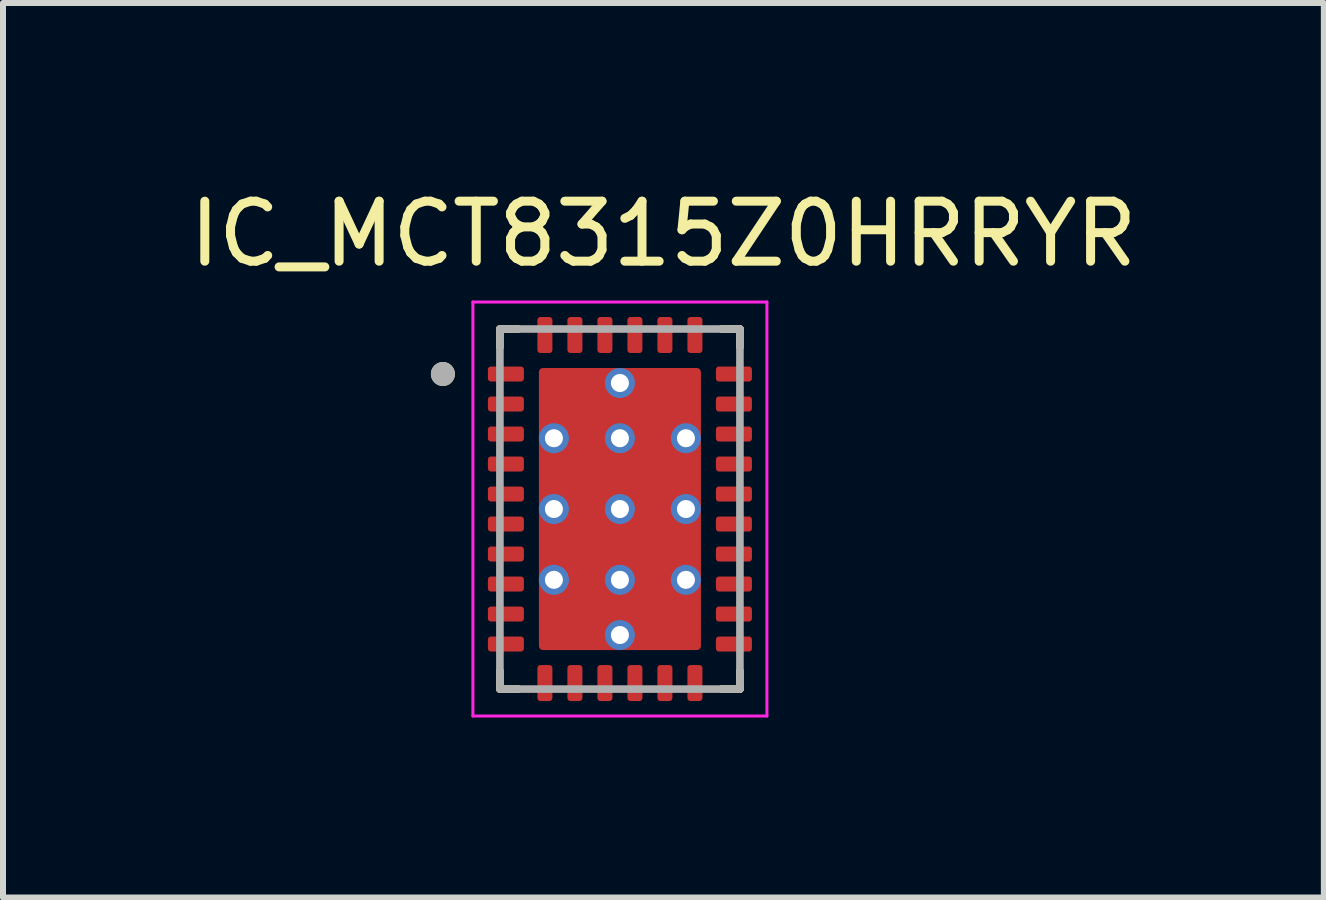
<source format=kicad_pcb>
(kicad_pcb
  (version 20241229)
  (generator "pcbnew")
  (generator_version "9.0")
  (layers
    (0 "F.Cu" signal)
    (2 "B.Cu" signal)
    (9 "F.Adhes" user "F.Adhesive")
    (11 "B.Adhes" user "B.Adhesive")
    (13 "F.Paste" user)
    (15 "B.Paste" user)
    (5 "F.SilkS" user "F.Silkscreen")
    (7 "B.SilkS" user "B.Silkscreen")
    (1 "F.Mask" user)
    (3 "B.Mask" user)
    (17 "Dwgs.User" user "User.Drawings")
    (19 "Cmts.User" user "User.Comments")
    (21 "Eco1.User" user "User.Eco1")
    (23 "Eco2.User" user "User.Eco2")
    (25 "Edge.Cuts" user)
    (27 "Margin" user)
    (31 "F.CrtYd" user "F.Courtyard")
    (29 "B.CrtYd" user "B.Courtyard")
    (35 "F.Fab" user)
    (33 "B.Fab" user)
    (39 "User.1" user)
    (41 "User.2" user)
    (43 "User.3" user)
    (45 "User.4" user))
  (footprint "IC_MCT8315Z0HRRYR"
    (layer "F.Cu")
    (at 7.281 5.433)
    (property "Reference" "IC_MCT8315Z0HRRYR" (at 0.725 -4.585 0) (layer "F.SilkS") (effects (font (size 1 1) (thickness 0.15))))
    (attr smd)
    (fp_poly (pts (xy -2.27 -2.325) (xy -2.27 -2.175) (xy -2.27 -2.169) (xy -2.269 -2.162) (xy -2.269 -2.156) (xy -2.267 -2.15) (xy -2.266 -2.144) (xy -2.264 -2.138) (xy -2.262 -2.132) (xy -2.26 -2.126) (xy -2.257 -2.121) (xy -2.254 -2.115) (xy -2.251 -2.11) (xy -2.247 -2.104) (xy -2.243 -2.099) (xy -2.239 -2.095) (xy -2.235 -2.09) (xy -2.23 -2.086) (xy -2.226 -2.082) (xy -2.221 -2.078) (xy -2.215 -2.074) (xy -2.21 -2.071) (xy -2.204 -2.068) (xy -2.199 -2.065) (xy -2.193 -2.063) (xy -2.187 -2.061) (xy -2.181 -2.059) (xy -2.175 -2.058) (xy -2.169 -2.056) (xy -2.163 -2.056) (xy -2.156 -2.055) (xy -2.15 -2.055) (xy -1.65 -2.055) (xy -1.644 -2.055) (xy -1.637 -2.056) (xy -1.631 -2.056) (xy -1.625 -2.058) (xy -1.619 -2.059) (xy -1.613 -2.061) (xy -1.607 -2.063) (xy -1.601 -2.065) (xy -1.596 -2.068) (xy -1.59 -2.071) (xy -1.585 -2.074) (xy -1.579 -2.078) (xy -1.574 -2.082) (xy -1.57 -2.086) (xy -1.565 -2.09) (xy -1.561 -2.095) (xy -1.557 -2.099) (xy -1.553 -2.104) (xy -1.549 -2.11) (xy -1.546 -2.115) (xy -1.543 -2.121) (xy -1.54 -2.126) (xy -1.538 -2.132) (xy -1.536 -2.138) (xy -1.534 -2.144) (xy -1.533 -2.15) (xy -1.531 -2.156) (xy -1.531 -2.162) (xy -1.53 -2.169) (xy -1.53 -2.175) (xy -1.53 -2.325) (xy -1.53 -2.331) (xy -1.531 -2.338) (xy -1.531 -2.344) (xy -1.533 -2.35) (xy -1.534 -2.356) (xy -1.536 -2.362) (xy -1.538 -2.368) (xy -1.54 -2.374) (xy -1.543 -2.379) (xy -1.546 -2.385) (xy -1.549 -2.39) (xy -1.553 -2.396) (xy -1.557 -2.401) (xy -1.561 -2.405) (xy -1.565 -2.41) (xy -1.57 -2.414) (xy -1.574 -2.418) (xy -1.579 -2.422) (xy -1.585 -2.426) (xy -1.59 -2.429) (xy -1.596 -2.432) (xy -1.601 -2.435) (xy -1.607 -2.437) (xy -1.613 -2.439) (xy -1.619 -2.441) (xy -1.625 -2.442) (xy -1.631 -2.444) (xy -1.637 -2.444) (xy -1.644 -2.445) (xy -1.65 -2.445) (xy -2.15 -2.445) (xy -2.156 -2.445) (xy -2.163 -2.444) (xy -2.169 -2.444) (xy -2.175 -2.442) (xy -2.181 -2.441) (xy -2.187 -2.439) (xy -2.193 -2.437) (xy -2.199 -2.435) (xy -2.204 -2.432) (xy -2.21 -2.429) (xy -2.215 -2.426) (xy -2.221 -2.422) (xy -2.226 -2.418) (xy -2.23 -2.414) (xy -2.235 -2.41) (xy -2.239 -2.405) (xy -2.243 -2.401) (xy -2.247 -2.396) (xy -2.251 -2.39) (xy -2.254 -2.385) (xy -2.257 -2.379) (xy -2.26 -2.374) (xy -2.262 -2.368) (xy -2.264 -2.362) (xy -2.266 -2.356) (xy -2.267 -2.35) (xy -2.269 -2.344) (xy -2.269 -2.338) (xy -2.27 -2.331) (xy -2.27 -2.325)) (stroke (width 0.01) (type solid)) (fill yes) (layer "F.Mask"))
    (fp_poly (pts (xy -2.27 -1.825) (xy -2.27 -1.675) (xy -2.27 -1.669) (xy -2.269 -1.662) (xy -2.269 -1.656) (xy -2.267 -1.65) (xy -2.266 -1.644) (xy -2.264 -1.638) (xy -2.262 -1.632) (xy -2.26 -1.626) (xy -2.257 -1.621) (xy -2.254 -1.615) (xy -2.251 -1.61) (xy -2.247 -1.604) (xy -2.243 -1.599) (xy -2.239 -1.595) (xy -2.235 -1.59) (xy -2.23 -1.586) (xy -2.226 -1.582) (xy -2.221 -1.578) (xy -2.215 -1.574) (xy -2.21 -1.571) (xy -2.204 -1.568) (xy -2.199 -1.565) (xy -2.193 -1.563) (xy -2.187 -1.561) (xy -2.181 -1.559) (xy -2.175 -1.558) (xy -2.169 -1.556) (xy -2.163 -1.556) (xy -2.156 -1.555) (xy -2.15 -1.555) (xy -1.65 -1.555) (xy -1.644 -1.555) (xy -1.637 -1.556) (xy -1.631 -1.556) (xy -1.625 -1.558) (xy -1.619 -1.559) (xy -1.613 -1.561) (xy -1.607 -1.563) (xy -1.601 -1.565) (xy -1.596 -1.568) (xy -1.59 -1.571) (xy -1.585 -1.574) (xy -1.579 -1.578) (xy -1.574 -1.582) (xy -1.57 -1.586) (xy -1.565 -1.59) (xy -1.561 -1.595) (xy -1.557 -1.599) (xy -1.553 -1.604) (xy -1.549 -1.61) (xy -1.546 -1.615) (xy -1.543 -1.621) (xy -1.54 -1.626) (xy -1.538 -1.632) (xy -1.536 -1.638) (xy -1.534 -1.644) (xy -1.533 -1.65) (xy -1.531 -1.656) (xy -1.531 -1.662) (xy -1.53 -1.669) (xy -1.53 -1.675) (xy -1.53 -1.825) (xy -1.53 -1.831) (xy -1.531 -1.838) (xy -1.531 -1.844) (xy -1.533 -1.85) (xy -1.534 -1.856) (xy -1.536 -1.862) (xy -1.538 -1.868) (xy -1.54 -1.874) (xy -1.543 -1.879) (xy -1.546 -1.885) (xy -1.549 -1.89) (xy -1.553 -1.896) (xy -1.557 -1.901) (xy -1.561 -1.905) (xy -1.565 -1.91) (xy -1.57 -1.914) (xy -1.574 -1.918) (xy -1.579 -1.922) (xy -1.585 -1.926) (xy -1.59 -1.929) (xy -1.596 -1.932) (xy -1.601 -1.935) (xy -1.607 -1.937) (xy -1.613 -1.939) (xy -1.619 -1.941) (xy -1.625 -1.942) (xy -1.631 -1.944) (xy -1.637 -1.944) (xy -1.644 -1.945) (xy -1.65 -1.945) (xy -2.15 -1.945) (xy -2.156 -1.945) (xy -2.163 -1.944) (xy -2.169 -1.944) (xy -2.175 -1.942) (xy -2.181 -1.941) (xy -2.187 -1.939) (xy -2.193 -1.937) (xy -2.199 -1.935) (xy -2.204 -1.932) (xy -2.21 -1.929) (xy -2.215 -1.926) (xy -2.221 -1.922) (xy -2.226 -1.918) (xy -2.23 -1.914) (xy -2.235 -1.91) (xy -2.239 -1.905) (xy -2.243 -1.901) (xy -2.247 -1.896) (xy -2.251 -1.89) (xy -2.254 -1.885) (xy -2.257 -1.879) (xy -2.26 -1.874) (xy -2.262 -1.868) (xy -2.264 -1.862) (xy -2.266 -1.856) (xy -2.267 -1.85) (xy -2.269 -1.844) (xy -2.269 -1.838) (xy -2.27 -1.831) (xy -2.27 -1.825)) (stroke (width 0.01) (type solid)) (fill yes) (layer "F.Mask"))
    (fp_poly (pts (xy -2.27 -1.325) (xy -2.27 -1.175) (xy -2.27 -1.169) (xy -2.269 -1.162) (xy -2.269 -1.156) (xy -2.267 -1.15) (xy -2.266 -1.144) (xy -2.264 -1.138) (xy -2.262 -1.132) (xy -2.26 -1.126) (xy -2.257 -1.121) (xy -2.254 -1.115) (xy -2.251 -1.11) (xy -2.247 -1.104) (xy -2.243 -1.099) (xy -2.239 -1.095) (xy -2.235 -1.09) (xy -2.23 -1.086) (xy -2.226 -1.082) (xy -2.221 -1.078) (xy -2.215 -1.074) (xy -2.21 -1.071) (xy -2.204 -1.068) (xy -2.199 -1.065) (xy -2.193 -1.063) (xy -2.187 -1.061) (xy -2.181 -1.059) (xy -2.175 -1.058) (xy -2.169 -1.056) (xy -2.163 -1.056) (xy -2.156 -1.055) (xy -2.15 -1.055) (xy -1.65 -1.055) (xy -1.644 -1.055) (xy -1.637 -1.056) (xy -1.631 -1.056) (xy -1.625 -1.058) (xy -1.619 -1.059) (xy -1.613 -1.061) (xy -1.607 -1.063) (xy -1.601 -1.065) (xy -1.596 -1.068) (xy -1.59 -1.071) (xy -1.585 -1.074) (xy -1.579 -1.078) (xy -1.574 -1.082) (xy -1.57 -1.086) (xy -1.565 -1.09) (xy -1.561 -1.095) (xy -1.557 -1.099) (xy -1.553 -1.104) (xy -1.549 -1.11) (xy -1.546 -1.115) (xy -1.543 -1.121) (xy -1.54 -1.126) (xy -1.538 -1.132) (xy -1.536 -1.138) (xy -1.534 -1.144) (xy -1.533 -1.15) (xy -1.531 -1.156) (xy -1.531 -1.162) (xy -1.53 -1.169) (xy -1.53 -1.175) (xy -1.53 -1.325) (xy -1.53 -1.331) (xy -1.531 -1.338) (xy -1.531 -1.344) (xy -1.533 -1.35) (xy -1.534 -1.356) (xy -1.536 -1.362) (xy -1.538 -1.368) (xy -1.54 -1.374) (xy -1.543 -1.379) (xy -1.546 -1.385) (xy -1.549 -1.39) (xy -1.553 -1.396) (xy -1.557 -1.401) (xy -1.561 -1.405) (xy -1.565 -1.41) (xy -1.57 -1.414) (xy -1.574 -1.418) (xy -1.579 -1.422) (xy -1.585 -1.426) (xy -1.59 -1.429) (xy -1.596 -1.432) (xy -1.601 -1.435) (xy -1.607 -1.437) (xy -1.613 -1.439) (xy -1.619 -1.441) (xy -1.625 -1.442) (xy -1.631 -1.444) (xy -1.637 -1.444) (xy -1.644 -1.445) (xy -1.65 -1.445) (xy -2.15 -1.445) (xy -2.156 -1.445) (xy -2.163 -1.444) (xy -2.169 -1.444) (xy -2.175 -1.442) (xy -2.181 -1.441) (xy -2.187 -1.439) (xy -2.193 -1.437) (xy -2.199 -1.435) (xy -2.204 -1.432) (xy -2.21 -1.429) (xy -2.215 -1.426) (xy -2.221 -1.422) (xy -2.226 -1.418) (xy -2.23 -1.414) (xy -2.235 -1.41) (xy -2.239 -1.405) (xy -2.243 -1.401) (xy -2.247 -1.396) (xy -2.251 -1.39) (xy -2.254 -1.385) (xy -2.257 -1.379) (xy -2.26 -1.374) (xy -2.262 -1.368) (xy -2.264 -1.362) (xy -2.266 -1.356) (xy -2.267 -1.35) (xy -2.269 -1.344) (xy -2.269 -1.338) (xy -2.27 -1.331) (xy -2.27 -1.325)) (stroke (width 0.01) (type solid)) (fill yes) (layer "F.Mask"))
    (fp_poly (pts (xy -2.27 -0.825) (xy -2.27 -0.675) (xy -2.27 -0.669) (xy -2.269 -0.662) (xy -2.269 -0.656) (xy -2.267 -0.65) (xy -2.266 -0.644) (xy -2.264 -0.638) (xy -2.262 -0.632) (xy -2.26 -0.626) (xy -2.257 -0.621) (xy -2.254 -0.615) (xy -2.251 -0.61) (xy -2.247 -0.604) (xy -2.243 -0.599) (xy -2.239 -0.595) (xy -2.235 -0.59) (xy -2.23 -0.586) (xy -2.226 -0.582) (xy -2.221 -0.578) (xy -2.215 -0.574) (xy -2.21 -0.571) (xy -2.204 -0.568) (xy -2.199 -0.565) (xy -2.193 -0.563) (xy -2.187 -0.561) (xy -2.181 -0.559) (xy -2.175 -0.558) (xy -2.169 -0.556) (xy -2.163 -0.556) (xy -2.156 -0.555) (xy -2.15 -0.555) (xy -1.65 -0.555) (xy -1.644 -0.555) (xy -1.637 -0.556) (xy -1.631 -0.556) (xy -1.625 -0.558) (xy -1.619 -0.559) (xy -1.613 -0.561) (xy -1.607 -0.563) (xy -1.601 -0.565) (xy -1.596 -0.568) (xy -1.59 -0.571) (xy -1.585 -0.574) (xy -1.579 -0.578) (xy -1.574 -0.582) (xy -1.57 -0.586) (xy -1.565 -0.59) (xy -1.561 -0.595) (xy -1.557 -0.599) (xy -1.553 -0.604) (xy -1.549 -0.61) (xy -1.546 -0.615) (xy -1.543 -0.621) (xy -1.54 -0.626) (xy -1.538 -0.632) (xy -1.536 -0.638) (xy -1.534 -0.644) (xy -1.533 -0.65) (xy -1.531 -0.656) (xy -1.531 -0.662) (xy -1.53 -0.669) (xy -1.53 -0.675) (xy -1.53 -0.825) (xy -1.53 -0.831) (xy -1.531 -0.838) (xy -1.531 -0.844) (xy -1.533 -0.85) (xy -1.534 -0.856) (xy -1.536 -0.862) (xy -1.538 -0.868) (xy -1.54 -0.874) (xy -1.543 -0.879) (xy -1.546 -0.885) (xy -1.549 -0.89) (xy -1.553 -0.896) (xy -1.557 -0.901) (xy -1.561 -0.905) (xy -1.565 -0.91) (xy -1.57 -0.914) (xy -1.574 -0.918) (xy -1.579 -0.922) (xy -1.585 -0.926) (xy -1.59 -0.929) (xy -1.596 -0.932) (xy -1.601 -0.935) (xy -1.607 -0.937) (xy -1.613 -0.939) (xy -1.619 -0.941) (xy -1.625 -0.942) (xy -1.631 -0.944) (xy -1.637 -0.944) (xy -1.644 -0.945) (xy -1.65 -0.945) (xy -2.15 -0.945) (xy -2.156 -0.945) (xy -2.163 -0.944) (xy -2.169 -0.944) (xy -2.175 -0.942) (xy -2.181 -0.941) (xy -2.187 -0.939) (xy -2.193 -0.937) (xy -2.199 -0.935) (xy -2.204 -0.932) (xy -2.21 -0.929) (xy -2.215 -0.926) (xy -2.221 -0.922) (xy -2.226 -0.918) (xy -2.23 -0.914) (xy -2.235 -0.91) (xy -2.239 -0.905) (xy -2.243 -0.901) (xy -2.247 -0.896) (xy -2.251 -0.89) (xy -2.254 -0.885) (xy -2.257 -0.879) (xy -2.26 -0.874) (xy -2.262 -0.868) (xy -2.264 -0.862) (xy -2.266 -0.856) (xy -2.267 -0.85) (xy -2.269 -0.844) (xy -2.269 -0.838) (xy -2.27 -0.831) (xy -2.27 -0.825)) (stroke (width 0.01) (type solid)) (fill yes) (layer "F.Mask"))
    (fp_poly (pts (xy -2.27 -0.325) (xy -2.27 -0.175) (xy -2.27 -0.169) (xy -2.269 -0.162) (xy -2.269 -0.156) (xy -2.267 -0.15) (xy -2.266 -0.144) (xy -2.264 -0.138) (xy -2.262 -0.132) (xy -2.26 -0.126) (xy -2.257 -0.121) (xy -2.254 -0.115) (xy -2.251 -0.11) (xy -2.247 -0.104) (xy -2.243 -0.099) (xy -2.239 -0.095) (xy -2.235 -0.09) (xy -2.23 -0.086) (xy -2.226 -0.082) (xy -2.221 -0.078) (xy -2.215 -0.074) (xy -2.21 -0.071) (xy -2.204 -0.068) (xy -2.199 -0.065) (xy -2.193 -0.063) (xy -2.187 -0.061) (xy -2.181 -0.059) (xy -2.175 -0.058) (xy -2.169 -0.056) (xy -2.163 -0.056) (xy -2.156 -0.055) (xy -2.15 -0.055) (xy -1.65 -0.055) (xy -1.644 -0.055) (xy -1.637 -0.056) (xy -1.631 -0.056) (xy -1.625 -0.058) (xy -1.619 -0.059) (xy -1.613 -0.061) (xy -1.607 -0.063) (xy -1.601 -0.065) (xy -1.596 -0.068) (xy -1.59 -0.071) (xy -1.585 -0.074) (xy -1.579 -0.078) (xy -1.574 -0.082) (xy -1.57 -0.086) (xy -1.565 -0.09) (xy -1.561 -0.095) (xy -1.557 -0.099) (xy -1.553 -0.104) (xy -1.549 -0.11) (xy -1.546 -0.115) (xy -1.543 -0.121) (xy -1.54 -0.126) (xy -1.538 -0.132) (xy -1.536 -0.138) (xy -1.534 -0.144) (xy -1.533 -0.15) (xy -1.531 -0.156) (xy -1.531 -0.162) (xy -1.53 -0.169) (xy -1.53 -0.175) (xy -1.53 -0.325) (xy -1.53 -0.331) (xy -1.531 -0.338) (xy -1.531 -0.344) (xy -1.533 -0.35) (xy -1.534 -0.356) (xy -1.536 -0.362) (xy -1.538 -0.368) (xy -1.54 -0.374) (xy -1.543 -0.379) (xy -1.546 -0.385) (xy -1.549 -0.39) (xy -1.553 -0.396) (xy -1.557 -0.401) (xy -1.561 -0.405) (xy -1.565 -0.41) (xy -1.57 -0.414) (xy -1.574 -0.418) (xy -1.579 -0.422) (xy -1.585 -0.426) (xy -1.59 -0.429) (xy -1.596 -0.432) (xy -1.601 -0.435) (xy -1.607 -0.437) (xy -1.613 -0.439) (xy -1.619 -0.441) (xy -1.625 -0.442) (xy -1.631 -0.444) (xy -1.637 -0.444) (xy -1.644 -0.445) (xy -1.65 -0.445) (xy -2.15 -0.445) (xy -2.156 -0.445) (xy -2.163 -0.444) (xy -2.169 -0.444) (xy -2.175 -0.442) (xy -2.181 -0.441) (xy -2.187 -0.439) (xy -2.193 -0.437) (xy -2.199 -0.435) (xy -2.204 -0.432) (xy -2.21 -0.429) (xy -2.215 -0.426) (xy -2.221 -0.422) (xy -2.226 -0.418) (xy -2.23 -0.414) (xy -2.235 -0.41) (xy -2.239 -0.405) (xy -2.243 -0.401) (xy -2.247 -0.396) (xy -2.251 -0.39) (xy -2.254 -0.385) (xy -2.257 -0.379) (xy -2.26 -0.374) (xy -2.262 -0.368) (xy -2.264 -0.362) (xy -2.266 -0.356) (xy -2.267 -0.35) (xy -2.269 -0.344) (xy -2.269 -0.338) (xy -2.27 -0.331) (xy -2.27 -0.325)) (stroke (width 0.01) (type solid)) (fill yes) (layer "F.Mask"))
    (fp_poly (pts (xy -2.27 0.175) (xy -2.27 0.325) (xy -2.27 0.331) (xy -2.269 0.338) (xy -2.269 0.344) (xy -2.267 0.35) (xy -2.266 0.356) (xy -2.264 0.362) (xy -2.262 0.368) (xy -2.26 0.374) (xy -2.257 0.379) (xy -2.254 0.385) (xy -2.251 0.39) (xy -2.247 0.396) (xy -2.243 0.401) (xy -2.239 0.405) (xy -2.235 0.41) (xy -2.23 0.414) (xy -2.226 0.418) (xy -2.221 0.422) (xy -2.215 0.426) (xy -2.21 0.429) (xy -2.204 0.432) (xy -2.199 0.435) (xy -2.193 0.437) (xy -2.187 0.439) (xy -2.181 0.441) (xy -2.175 0.442) (xy -2.169 0.444) (xy -2.163 0.444) (xy -2.156 0.445) (xy -2.15 0.445) (xy -1.65 0.445) (xy -1.644 0.445) (xy -1.637 0.444) (xy -1.631 0.444) (xy -1.625 0.442) (xy -1.619 0.441) (xy -1.613 0.439) (xy -1.607 0.437) (xy -1.601 0.435) (xy -1.596 0.432) (xy -1.59 0.429) (xy -1.585 0.426) (xy -1.579 0.422) (xy -1.574 0.418) (xy -1.57 0.414) (xy -1.565 0.41) (xy -1.561 0.405) (xy -1.557 0.401) (xy -1.553 0.396) (xy -1.549 0.39) (xy -1.546 0.385) (xy -1.543 0.379) (xy -1.54 0.374) (xy -1.538 0.368) (xy -1.536 0.362) (xy -1.534 0.356) (xy -1.533 0.35) (xy -1.531 0.344) (xy -1.531 0.338) (xy -1.53 0.331) (xy -1.53 0.325) (xy -1.53 0.175) (xy -1.53 0.169) (xy -1.531 0.162) (xy -1.531 0.156) (xy -1.533 0.15) (xy -1.534 0.144) (xy -1.536 0.138) (xy -1.538 0.132) (xy -1.54 0.126) (xy -1.543 0.121) (xy -1.546 0.115) (xy -1.549 0.11) (xy -1.553 0.104) (xy -1.557 0.099) (xy -1.561 0.095) (xy -1.565 0.09) (xy -1.57 0.086) (xy -1.574 0.082) (xy -1.579 0.078) (xy -1.585 0.074) (xy -1.59 0.071) (xy -1.596 0.068) (xy -1.601 0.065) (xy -1.607 0.063) (xy -1.613 0.061) (xy -1.619 0.059) (xy -1.625 0.058) (xy -1.631 0.056) (xy -1.637 0.056) (xy -1.644 0.055) (xy -1.65 0.055) (xy -2.15 0.055) (xy -2.156 0.055) (xy -2.163 0.056) (xy -2.169 0.056) (xy -2.175 0.058) (xy -2.181 0.059) (xy -2.187 0.061) (xy -2.193 0.063) (xy -2.199 0.065) (xy -2.204 0.068) (xy -2.21 0.071) (xy -2.215 0.074) (xy -2.221 0.078) (xy -2.226 0.082) (xy -2.23 0.086) (xy -2.235 0.09) (xy -2.239 0.095) (xy -2.243 0.099) (xy -2.247 0.104) (xy -2.251 0.11) (xy -2.254 0.115) (xy -2.257 0.121) (xy -2.26 0.126) (xy -2.262 0.132) (xy -2.264 0.138) (xy -2.266 0.144) (xy -2.267 0.15) (xy -2.269 0.156) (xy -2.269 0.162) (xy -2.27 0.169) (xy -2.27 0.175)) (stroke (width 0.01) (type solid)) (fill yes) (layer "F.Mask"))
    (fp_poly (pts (xy -2.27 0.675) (xy -2.27 0.825) (xy -2.27 0.831) (xy -2.269 0.838) (xy -2.269 0.844) (xy -2.267 0.85) (xy -2.266 0.856) (xy -2.264 0.862) (xy -2.262 0.868) (xy -2.26 0.874) (xy -2.257 0.879) (xy -2.254 0.885) (xy -2.251 0.89) (xy -2.247 0.896) (xy -2.243 0.901) (xy -2.239 0.905) (xy -2.235 0.91) (xy -2.23 0.914) (xy -2.226 0.918) (xy -2.221 0.922) (xy -2.215 0.926) (xy -2.21 0.929) (xy -2.204 0.932) (xy -2.199 0.935) (xy -2.193 0.937) (xy -2.187 0.939) (xy -2.181 0.941) (xy -2.175 0.942) (xy -2.169 0.944) (xy -2.163 0.944) (xy -2.156 0.945) (xy -2.15 0.945) (xy -1.65 0.945) (xy -1.644 0.945) (xy -1.637 0.944) (xy -1.631 0.944) (xy -1.625 0.942) (xy -1.619 0.941) (xy -1.613 0.939) (xy -1.607 0.937) (xy -1.601 0.935) (xy -1.596 0.932) (xy -1.59 0.929) (xy -1.585 0.926) (xy -1.579 0.922) (xy -1.574 0.918) (xy -1.57 0.914) (xy -1.565 0.91) (xy -1.561 0.905) (xy -1.557 0.901) (xy -1.553 0.896) (xy -1.549 0.89) (xy -1.546 0.885) (xy -1.543 0.879) (xy -1.54 0.874) (xy -1.538 0.868) (xy -1.536 0.862) (xy -1.534 0.856) (xy -1.533 0.85) (xy -1.531 0.844) (xy -1.531 0.838) (xy -1.53 0.831) (xy -1.53 0.825) (xy -1.53 0.675) (xy -1.53 0.669) (xy -1.531 0.662) (xy -1.531 0.656) (xy -1.533 0.65) (xy -1.534 0.644) (xy -1.536 0.638) (xy -1.538 0.632) (xy -1.54 0.626) (xy -1.543 0.621) (xy -1.546 0.615) (xy -1.549 0.61) (xy -1.553 0.604) (xy -1.557 0.599) (xy -1.561 0.595) (xy -1.565 0.59) (xy -1.57 0.586) (xy -1.574 0.582) (xy -1.579 0.578) (xy -1.585 0.574) (xy -1.59 0.571) (xy -1.596 0.568) (xy -1.601 0.565) (xy -1.607 0.563) (xy -1.613 0.561) (xy -1.619 0.559) (xy -1.625 0.558) (xy -1.631 0.556) (xy -1.637 0.556) (xy -1.644 0.555) (xy -1.65 0.555) (xy -2.15 0.555) (xy -2.156 0.555) (xy -2.163 0.556) (xy -2.169 0.556) (xy -2.175 0.558) (xy -2.181 0.559) (xy -2.187 0.561) (xy -2.193 0.563) (xy -2.199 0.565) (xy -2.204 0.568) (xy -2.21 0.571) (xy -2.215 0.574) (xy -2.221 0.578) (xy -2.226 0.582) (xy -2.23 0.586) (xy -2.235 0.59) (xy -2.239 0.595) (xy -2.243 0.599) (xy -2.247 0.604) (xy -2.251 0.61) (xy -2.254 0.615) (xy -2.257 0.621) (xy -2.26 0.626) (xy -2.262 0.632) (xy -2.264 0.638) (xy -2.266 0.644) (xy -2.267 0.65) (xy -2.269 0.656) (xy -2.269 0.662) (xy -2.27 0.669) (xy -2.27 0.675)) (stroke (width 0.01) (type solid)) (fill yes) (layer "F.Mask"))
    (fp_poly (pts (xy -2.27 1.175) (xy -2.27 1.325) (xy -2.27 1.331) (xy -2.269 1.338) (xy -2.269 1.344) (xy -2.267 1.35) (xy -2.266 1.356) (xy -2.264 1.362) (xy -2.262 1.368) (xy -2.26 1.374) (xy -2.257 1.379) (xy -2.254 1.385) (xy -2.251 1.39) (xy -2.247 1.396) (xy -2.243 1.401) (xy -2.239 1.405) (xy -2.235 1.41) (xy -2.23 1.414) (xy -2.226 1.418) (xy -2.221 1.422) (xy -2.215 1.426) (xy -2.21 1.429) (xy -2.204 1.432) (xy -2.199 1.435) (xy -2.193 1.437) (xy -2.187 1.439) (xy -2.181 1.441) (xy -2.175 1.442) (xy -2.169 1.444) (xy -2.163 1.444) (xy -2.156 1.445) (xy -2.15 1.445) (xy -1.65 1.445) (xy -1.644 1.445) (xy -1.637 1.444) (xy -1.631 1.444) (xy -1.625 1.442) (xy -1.619 1.441) (xy -1.613 1.439) (xy -1.607 1.437) (xy -1.601 1.435) (xy -1.596 1.432) (xy -1.59 1.429) (xy -1.585 1.426) (xy -1.579 1.422) (xy -1.574 1.418) (xy -1.57 1.414) (xy -1.565 1.41) (xy -1.561 1.405) (xy -1.557 1.401) (xy -1.553 1.396) (xy -1.549 1.39) (xy -1.546 1.385) (xy -1.543 1.379) (xy -1.54 1.374) (xy -1.538 1.368) (xy -1.536 1.362) (xy -1.534 1.356) (xy -1.533 1.35) (xy -1.531 1.344) (xy -1.531 1.338) (xy -1.53 1.331) (xy -1.53 1.325) (xy -1.53 1.175) (xy -1.53 1.169) (xy -1.531 1.162) (xy -1.531 1.156) (xy -1.533 1.15) (xy -1.534 1.144) (xy -1.536 1.138) (xy -1.538 1.132) (xy -1.54 1.126) (xy -1.543 1.121) (xy -1.546 1.115) (xy -1.549 1.11) (xy -1.553 1.104) (xy -1.557 1.099) (xy -1.561 1.095) (xy -1.565 1.09) (xy -1.57 1.086) (xy -1.574 1.082) (xy -1.579 1.078) (xy -1.585 1.074) (xy -1.59 1.071) (xy -1.596 1.068) (xy -1.601 1.065) (xy -1.607 1.063) (xy -1.613 1.061) (xy -1.619 1.059) (xy -1.625 1.058) (xy -1.631 1.056) (xy -1.637 1.056) (xy -1.644 1.055) (xy -1.65 1.055) (xy -2.15 1.055) (xy -2.156 1.055) (xy -2.163 1.056) (xy -2.169 1.056) (xy -2.175 1.058) (xy -2.181 1.059) (xy -2.187 1.061) (xy -2.193 1.063) (xy -2.199 1.065) (xy -2.204 1.068) (xy -2.21 1.071) (xy -2.215 1.074) (xy -2.221 1.078) (xy -2.226 1.082) (xy -2.23 1.086) (xy -2.235 1.09) (xy -2.239 1.095) (xy -2.243 1.099) (xy -2.247 1.104) (xy -2.251 1.11) (xy -2.254 1.115) (xy -2.257 1.121) (xy -2.26 1.126) (xy -2.262 1.132) (xy -2.264 1.138) (xy -2.266 1.144) (xy -2.267 1.15) (xy -2.269 1.156) (xy -2.269 1.162) (xy -2.27 1.169) (xy -2.27 1.175)) (stroke (width 0.01) (type solid)) (fill yes) (layer "F.Mask"))
    (fp_poly (pts (xy -2.27 1.675) (xy -2.27 1.825) (xy -2.27 1.831) (xy -2.269 1.838) (xy -2.269 1.844) (xy -2.267 1.85) (xy -2.266 1.856) (xy -2.264 1.862) (xy -2.262 1.868) (xy -2.26 1.874) (xy -2.257 1.879) (xy -2.254 1.885) (xy -2.251 1.89) (xy -2.247 1.896) (xy -2.243 1.901) (xy -2.239 1.905) (xy -2.235 1.91) (xy -2.23 1.914) (xy -2.226 1.918) (xy -2.221 1.922) (xy -2.215 1.926) (xy -2.21 1.929) (xy -2.204 1.932) (xy -2.199 1.935) (xy -2.193 1.937) (xy -2.187 1.939) (xy -2.181 1.941) (xy -2.175 1.942) (xy -2.169 1.944) (xy -2.163 1.944) (xy -2.156 1.945) (xy -2.15 1.945) (xy -1.65 1.945) (xy -1.644 1.945) (xy -1.637 1.944) (xy -1.631 1.944) (xy -1.625 1.942) (xy -1.619 1.941) (xy -1.613 1.939) (xy -1.607 1.937) (xy -1.601 1.935) (xy -1.596 1.932) (xy -1.59 1.929) (xy -1.585 1.926) (xy -1.579 1.922) (xy -1.574 1.918) (xy -1.57 1.914) (xy -1.565 1.91) (xy -1.561 1.905) (xy -1.557 1.901) (xy -1.553 1.896) (xy -1.549 1.89) (xy -1.546 1.885) (xy -1.543 1.879) (xy -1.54 1.874) (xy -1.538 1.868) (xy -1.536 1.862) (xy -1.534 1.856) (xy -1.533 1.85) (xy -1.531 1.844) (xy -1.531 1.838) (xy -1.53 1.831) (xy -1.53 1.825) (xy -1.53 1.675) (xy -1.53 1.669) (xy -1.531 1.662) (xy -1.531 1.656) (xy -1.533 1.65) (xy -1.534 1.644) (xy -1.536 1.638) (xy -1.538 1.632) (xy -1.54 1.626) (xy -1.543 1.621) (xy -1.546 1.615) (xy -1.549 1.61) (xy -1.553 1.604) (xy -1.557 1.599) (xy -1.561 1.595) (xy -1.565 1.59) (xy -1.57 1.586) (xy -1.574 1.582) (xy -1.579 1.578) (xy -1.585 1.574) (xy -1.59 1.571) (xy -1.596 1.568) (xy -1.601 1.565) (xy -1.607 1.563) (xy -1.613 1.561) (xy -1.619 1.559) (xy -1.625 1.558) (xy -1.631 1.556) (xy -1.637 1.556) (xy -1.644 1.555) (xy -1.65 1.555) (xy -2.15 1.555) (xy -2.156 1.555) (xy -2.163 1.556) (xy -2.169 1.556) (xy -2.175 1.558) (xy -2.181 1.559) (xy -2.187 1.561) (xy -2.193 1.563) (xy -2.199 1.565) (xy -2.204 1.568) (xy -2.21 1.571) (xy -2.215 1.574) (xy -2.221 1.578) (xy -2.226 1.582) (xy -2.23 1.586) (xy -2.235 1.59) (xy -2.239 1.595) (xy -2.243 1.599) (xy -2.247 1.604) (xy -2.251 1.61) (xy -2.254 1.615) (xy -2.257 1.621) (xy -2.26 1.626) (xy -2.262 1.632) (xy -2.264 1.638) (xy -2.266 1.644) (xy -2.267 1.65) (xy -2.269 1.656) (xy -2.269 1.662) (xy -2.27 1.669) (xy -2.27 1.675)) (stroke (width 0.01) (type solid)) (fill yes) (layer "F.Mask"))
    (fp_poly (pts (xy -2.27 2.175) (xy -2.27 2.325) (xy -2.27 2.331) (xy -2.269 2.338) (xy -2.269 2.344) (xy -2.267 2.35) (xy -2.266 2.356) (xy -2.264 2.362) (xy -2.262 2.368) (xy -2.26 2.374) (xy -2.257 2.379) (xy -2.254 2.385) (xy -2.251 2.39) (xy -2.247 2.396) (xy -2.243 2.401) (xy -2.239 2.405) (xy -2.235 2.41) (xy -2.23 2.414) (xy -2.226 2.418) (xy -2.221 2.422) (xy -2.215 2.426) (xy -2.21 2.429) (xy -2.204 2.432) (xy -2.199 2.435) (xy -2.193 2.437) (xy -2.187 2.439) (xy -2.181 2.441) (xy -2.175 2.442) (xy -2.169 2.444) (xy -2.163 2.444) (xy -2.156 2.445) (xy -2.15 2.445) (xy -1.65 2.445) (xy -1.644 2.445) (xy -1.637 2.444) (xy -1.631 2.444) (xy -1.625 2.442) (xy -1.619 2.441) (xy -1.613 2.439) (xy -1.607 2.437) (xy -1.601 2.435) (xy -1.596 2.432) (xy -1.59 2.429) (xy -1.585 2.426) (xy -1.579 2.422) (xy -1.574 2.418) (xy -1.57 2.414) (xy -1.565 2.41) (xy -1.561 2.405) (xy -1.557 2.401) (xy -1.553 2.396) (xy -1.549 2.39) (xy -1.546 2.385) (xy -1.543 2.379) (xy -1.54 2.374) (xy -1.538 2.368) (xy -1.536 2.362) (xy -1.534 2.356) (xy -1.533 2.35) (xy -1.531 2.344) (xy -1.531 2.338) (xy -1.53 2.331) (xy -1.53 2.325) (xy -1.53 2.175) (xy -1.53 2.169) (xy -1.531 2.162) (xy -1.531 2.156) (xy -1.533 2.15) (xy -1.534 2.144) (xy -1.536 2.138) (xy -1.538 2.132) (xy -1.54 2.126) (xy -1.543 2.121) (xy -1.546 2.115) (xy -1.549 2.11) (xy -1.553 2.104) (xy -1.557 2.099) (xy -1.561 2.095) (xy -1.565 2.09) (xy -1.57 2.086) (xy -1.574 2.082) (xy -1.579 2.078) (xy -1.585 2.074) (xy -1.59 2.071) (xy -1.596 2.068) (xy -1.601 2.065) (xy -1.607 2.063) (xy -1.613 2.061) (xy -1.619 2.059) (xy -1.625 2.058) (xy -1.631 2.056) (xy -1.637 2.056) (xy -1.644 2.055) (xy -1.65 2.055) (xy -2.15 2.055) (xy -2.156 2.055) (xy -2.163 2.056) (xy -2.169 2.056) (xy -2.175 2.058) (xy -2.181 2.059) (xy -2.187 2.061) (xy -2.193 2.063) (xy -2.199 2.065) (xy -2.204 2.068) (xy -2.21 2.071) (xy -2.215 2.074) (xy -2.221 2.078) (xy -2.226 2.082) (xy -2.23 2.086) (xy -2.235 2.09) (xy -2.239 2.095) (xy -2.243 2.099) (xy -2.247 2.104) (xy -2.251 2.11) (xy -2.254 2.115) (xy -2.257 2.121) (xy -2.26 2.126) (xy -2.262 2.132) (xy -2.264 2.138) (xy -2.266 2.144) (xy -2.267 2.15) (xy -2.269 2.156) (xy -2.269 2.162) (xy -2.27 2.169) (xy -2.27 2.175)) (stroke (width 0.01) (type solid)) (fill yes) (layer "F.Mask"))
    (fp_poly (pts (xy -1.42 -2.3) (xy -1.42 -2.306) (xy -1.419 -2.313) (xy -1.419 -2.319) (xy -1.417 -2.325) (xy -1.416 -2.331) (xy -1.414 -2.337) (xy -1.412 -2.343) (xy -1.41 -2.349) (xy -1.407 -2.354) (xy -1.404 -2.36) (xy -1.401 -2.365) (xy -1.397 -2.371) (xy -1.393 -2.376) (xy -1.389 -2.38) (xy -1.385 -2.385) (xy -1.38 -2.389) (xy -1.376 -2.393) (xy -1.371 -2.397) (xy -1.365 -2.401) (xy -1.36 -2.404) (xy -1.354 -2.407) (xy -1.349 -2.41) (xy -1.343 -2.412) (xy -1.337 -2.414) (xy -1.331 -2.416) (xy -1.325 -2.417) (xy -1.319 -2.419) (xy -1.313 -2.419) (xy -1.306 -2.42) (xy -1.3 -2.42) (xy 1.3 -2.42) (xy 1.306 -2.42) (xy 1.313 -2.419) (xy 1.319 -2.419) (xy 1.325 -2.417) (xy 1.331 -2.416) (xy 1.337 -2.414) (xy 1.343 -2.412) (xy 1.349 -2.41) (xy 1.354 -2.407) (xy 1.36 -2.404) (xy 1.365 -2.401) (xy 1.371 -2.397) (xy 1.376 -2.393) (xy 1.38 -2.389) (xy 1.385 -2.385) (xy 1.389 -2.38) (xy 1.393 -2.376) (xy 1.397 -2.371) (xy 1.401 -2.365) (xy 1.404 -2.36) (xy 1.407 -2.354) (xy 1.41 -2.349) (xy 1.412 -2.343) (xy 1.414 -2.337) (xy 1.416 -2.331) (xy 1.417 -2.325) (xy 1.419 -2.319) (xy 1.419 -2.313) (xy 1.42 -2.306) (xy 1.42 -2.3) (xy 1.42 2.3) (xy 1.42 2.306) (xy 1.419 2.313) (xy 1.419 2.319) (xy 1.417 2.325) (xy 1.416 2.331) (xy 1.414 2.337) (xy 1.412 2.343) (xy 1.41 2.349) (xy 1.407 2.354) (xy 1.404 2.36) (xy 1.401 2.365) (xy 1.397 2.371) (xy 1.393 2.376) (xy 1.389 2.38) (xy 1.385 2.385) (xy 1.38 2.389) (xy 1.376 2.393) (xy 1.371 2.397) (xy 1.365 2.401) (xy 1.36 2.404) (xy 1.354 2.407) (xy 1.349 2.41) (xy 1.343 2.412) (xy 1.337 2.414) (xy 1.331 2.416) (xy 1.325 2.417) (xy 1.319 2.419) (xy 1.313 2.419) (xy 1.306 2.42) (xy 1.3 2.42) (xy -1.3 2.42) (xy -1.306 2.42) (xy -1.313 2.419) (xy -1.319 2.419) (xy -1.325 2.417) (xy -1.331 2.416) (xy -1.337 2.414) (xy -1.343 2.412) (xy -1.349 2.41) (xy -1.354 2.407) (xy -1.36 2.404) (xy -1.365 2.401) (xy -1.371 2.397) (xy -1.376 2.393) (xy -1.38 2.389) (xy -1.385 2.385) (xy -1.389 2.38) (xy -1.393 2.376) (xy -1.397 2.371) (xy -1.401 2.365) (xy -1.404 2.36) (xy -1.407 2.354) (xy -1.41 2.349) (xy -1.412 2.343) (xy -1.414 2.337) (xy -1.416 2.331) (xy -1.417 2.325) (xy -1.419 2.319) (xy -1.419 2.313) (xy -1.42 2.306) (xy -1.42 2.3) (xy -1.42 -2.3)) (stroke (width 0.01) (type solid)) (fill yes) (layer "F.Mask"))
    (fp_poly (pts (xy -1.325 -2.53) (xy -1.175 -2.53) (xy -1.169 -2.53) (xy -1.162 -2.531) (xy -1.156 -2.531) (xy -1.15 -2.533) (xy -1.144 -2.534) (xy -1.138 -2.536) (xy -1.132 -2.538) (xy -1.126 -2.54) (xy -1.121 -2.543) (xy -1.115 -2.546) (xy -1.11 -2.549) (xy -1.104 -2.553) (xy -1.099 -2.557) (xy -1.095 -2.561) (xy -1.09 -2.565) (xy -1.086 -2.57) (xy -1.082 -2.574) (xy -1.078 -2.579) (xy -1.074 -2.585) (xy -1.071 -2.59) (xy -1.068 -2.596) (xy -1.065 -2.601) (xy -1.063 -2.607) (xy -1.061 -2.613) (xy -1.059 -2.619) (xy -1.058 -2.625) (xy -1.056 -2.631) (xy -1.056 -2.637) (xy -1.055 -2.644) (xy -1.055 -2.65) (xy -1.055 -3.15) (xy -1.055 -3.156) (xy -1.056 -3.163) (xy -1.056 -3.169) (xy -1.058 -3.175) (xy -1.059 -3.181) (xy -1.061 -3.187) (xy -1.063 -3.193) (xy -1.065 -3.199) (xy -1.068 -3.204) (xy -1.071 -3.21) (xy -1.074 -3.215) (xy -1.078 -3.221) (xy -1.082 -3.226) (xy -1.086 -3.23) (xy -1.09 -3.235) (xy -1.095 -3.239) (xy -1.099 -3.243) (xy -1.104 -3.247) (xy -1.11 -3.251) (xy -1.115 -3.254) (xy -1.121 -3.257) (xy -1.126 -3.26) (xy -1.132 -3.262) (xy -1.138 -3.264) (xy -1.144 -3.266) (xy -1.15 -3.267) (xy -1.156 -3.269) (xy -1.162 -3.269) (xy -1.169 -3.27) (xy -1.175 -3.27) (xy -1.325 -3.27) (xy -1.331 -3.27) (xy -1.338 -3.269) (xy -1.344 -3.269) (xy -1.35 -3.267) (xy -1.356 -3.266) (xy -1.362 -3.264) (xy -1.368 -3.262) (xy -1.374 -3.26) (xy -1.379 -3.257) (xy -1.385 -3.254) (xy -1.39 -3.251) (xy -1.396 -3.247) (xy -1.401 -3.243) (xy -1.405 -3.239) (xy -1.41 -3.235) (xy -1.414 -3.23) (xy -1.418 -3.226) (xy -1.422 -3.221) (xy -1.426 -3.215) (xy -1.429 -3.21) (xy -1.432 -3.204) (xy -1.435 -3.199) (xy -1.437 -3.193) (xy -1.439 -3.187) (xy -1.441 -3.181) (xy -1.442 -3.175) (xy -1.444 -3.169) (xy -1.444 -3.163) (xy -1.445 -3.156) (xy -1.445 -3.15) (xy -1.445 -2.65) (xy -1.445 -2.644) (xy -1.444 -2.637) (xy -1.444 -2.631) (xy -1.442 -2.625) (xy -1.441 -2.619) (xy -1.439 -2.613) (xy -1.437 -2.607) (xy -1.435 -2.601) (xy -1.432 -2.596) (xy -1.429 -2.59) (xy -1.426 -2.585) (xy -1.422 -2.579) (xy -1.418 -2.574) (xy -1.414 -2.57) (xy -1.41 -2.565) (xy -1.405 -2.561) (xy -1.401 -2.557) (xy -1.396 -2.553) (xy -1.39 -2.549) (xy -1.385 -2.546) (xy -1.379 -2.543) (xy -1.374 -2.54) (xy -1.368 -2.538) (xy -1.362 -2.536) (xy -1.356 -2.534) (xy -1.35 -2.533) (xy -1.344 -2.531) (xy -1.338 -2.531) (xy -1.331 -2.53) (xy -1.325 -2.53)) (stroke (width 0.01) (type solid)) (fill yes) (layer "F.Mask"))
    (fp_poly (pts (xy -1.325 3.27) (xy -1.175 3.27) (xy -1.169 3.27) (xy -1.162 3.269) (xy -1.156 3.269) (xy -1.15 3.267) (xy -1.144 3.266) (xy -1.138 3.264) (xy -1.132 3.262) (xy -1.126 3.26) (xy -1.121 3.257) (xy -1.115 3.254) (xy -1.11 3.251) (xy -1.104 3.247) (xy -1.099 3.243) (xy -1.095 3.239) (xy -1.09 3.235) (xy -1.086 3.23) (xy -1.082 3.226) (xy -1.078 3.221) (xy -1.074 3.215) (xy -1.071 3.21) (xy -1.068 3.204) (xy -1.065 3.199) (xy -1.063 3.193) (xy -1.061 3.187) (xy -1.059 3.181) (xy -1.058 3.175) (xy -1.056 3.169) (xy -1.056 3.163) (xy -1.055 3.156) (xy -1.055 3.15) (xy -1.055 2.65) (xy -1.055 2.644) (xy -1.056 2.637) (xy -1.056 2.631) (xy -1.058 2.625) (xy -1.059 2.619) (xy -1.061 2.613) (xy -1.063 2.607) (xy -1.065 2.601) (xy -1.068 2.596) (xy -1.071 2.59) (xy -1.074 2.585) (xy -1.078 2.579) (xy -1.082 2.574) (xy -1.086 2.57) (xy -1.09 2.565) (xy -1.095 2.561) (xy -1.099 2.557) (xy -1.104 2.553) (xy -1.11 2.549) (xy -1.115 2.546) (xy -1.121 2.543) (xy -1.126 2.54) (xy -1.132 2.538) (xy -1.138 2.536) (xy -1.144 2.534) (xy -1.15 2.533) (xy -1.156 2.531) (xy -1.162 2.531) (xy -1.169 2.53) (xy -1.175 2.53) (xy -1.325 2.53) (xy -1.331 2.53) (xy -1.338 2.531) (xy -1.344 2.531) (xy -1.35 2.533) (xy -1.356 2.534) (xy -1.362 2.536) (xy -1.368 2.538) (xy -1.374 2.54) (xy -1.379 2.543) (xy -1.385 2.546) (xy -1.39 2.549) (xy -1.396 2.553) (xy -1.401 2.557) (xy -1.405 2.561) (xy -1.41 2.565) (xy -1.414 2.57) (xy -1.418 2.574) (xy -1.422 2.579) (xy -1.426 2.585) (xy -1.429 2.59) (xy -1.432 2.596) (xy -1.435 2.601) (xy -1.437 2.607) (xy -1.439 2.613) (xy -1.441 2.619) (xy -1.442 2.625) (xy -1.444 2.631) (xy -1.444 2.637) (xy -1.445 2.644) (xy -1.445 2.65) (xy -1.445 3.15) (xy -1.445 3.156) (xy -1.444 3.163) (xy -1.444 3.169) (xy -1.442 3.175) (xy -1.441 3.181) (xy -1.439 3.187) (xy -1.437 3.193) (xy -1.435 3.199) (xy -1.432 3.204) (xy -1.429 3.21) (xy -1.426 3.215) (xy -1.422 3.221) (xy -1.418 3.226) (xy -1.414 3.23) (xy -1.41 3.235) (xy -1.405 3.239) (xy -1.401 3.243) (xy -1.396 3.247) (xy -1.39 3.251) (xy -1.385 3.254) (xy -1.379 3.257) (xy -1.374 3.26) (xy -1.368 3.262) (xy -1.362 3.264) (xy -1.356 3.266) (xy -1.35 3.267) (xy -1.344 3.269) (xy -1.338 3.269) (xy -1.331 3.27) (xy -1.325 3.27)) (stroke (width 0.01) (type solid)) (fill yes) (layer "F.Mask"))
    (fp_poly (pts (xy -0.825 -2.53) (xy -0.675 -2.53) (xy -0.669 -2.53) (xy -0.662 -2.531) (xy -0.656 -2.531) (xy -0.65 -2.533) (xy -0.644 -2.534) (xy -0.638 -2.536) (xy -0.632 -2.538) (xy -0.626 -2.54) (xy -0.621 -2.543) (xy -0.615 -2.546) (xy -0.61 -2.549) (xy -0.604 -2.553) (xy -0.599 -2.557) (xy -0.595 -2.561) (xy -0.59 -2.565) (xy -0.586 -2.57) (xy -0.582 -2.574) (xy -0.578 -2.579) (xy -0.574 -2.585) (xy -0.571 -2.59) (xy -0.568 -2.596) (xy -0.565 -2.601) (xy -0.563 -2.607) (xy -0.561 -2.613) (xy -0.559 -2.619) (xy -0.558 -2.625) (xy -0.556 -2.631) (xy -0.556 -2.637) (xy -0.555 -2.644) (xy -0.555 -2.65) (xy -0.555 -3.15) (xy -0.555 -3.156) (xy -0.556 -3.163) (xy -0.556 -3.169) (xy -0.558 -3.175) (xy -0.559 -3.181) (xy -0.561 -3.187) (xy -0.563 -3.193) (xy -0.565 -3.199) (xy -0.568 -3.204) (xy -0.571 -3.21) (xy -0.574 -3.215) (xy -0.578 -3.221) (xy -0.582 -3.226) (xy -0.586 -3.23) (xy -0.59 -3.235) (xy -0.595 -3.239) (xy -0.599 -3.243) (xy -0.604 -3.247) (xy -0.61 -3.251) (xy -0.615 -3.254) (xy -0.621 -3.257) (xy -0.626 -3.26) (xy -0.632 -3.262) (xy -0.638 -3.264) (xy -0.644 -3.266) (xy -0.65 -3.267) (xy -0.656 -3.269) (xy -0.662 -3.269) (xy -0.669 -3.27) (xy -0.675 -3.27) (xy -0.825 -3.27) (xy -0.831 -3.27) (xy -0.838 -3.269) (xy -0.844 -3.269) (xy -0.85 -3.267) (xy -0.856 -3.266) (xy -0.862 -3.264) (xy -0.868 -3.262) (xy -0.874 -3.26) (xy -0.879 -3.257) (xy -0.885 -3.254) (xy -0.89 -3.251) (xy -0.896 -3.247) (xy -0.901 -3.243) (xy -0.905 -3.239) (xy -0.91 -3.235) (xy -0.914 -3.23) (xy -0.918 -3.226) (xy -0.922 -3.221) (xy -0.926 -3.215) (xy -0.929 -3.21) (xy -0.932 -3.204) (xy -0.935 -3.199) (xy -0.937 -3.193) (xy -0.939 -3.187) (xy -0.941 -3.181) (xy -0.942 -3.175) (xy -0.944 -3.169) (xy -0.944 -3.163) (xy -0.945 -3.156) (xy -0.945 -3.15) (xy -0.945 -2.65) (xy -0.945 -2.644) (xy -0.944 -2.637) (xy -0.944 -2.631) (xy -0.942 -2.625) (xy -0.941 -2.619) (xy -0.939 -2.613) (xy -0.937 -2.607) (xy -0.935 -2.601) (xy -0.932 -2.596) (xy -0.929 -2.59) (xy -0.926 -2.585) (xy -0.922 -2.579) (xy -0.918 -2.574) (xy -0.914 -2.57) (xy -0.91 -2.565) (xy -0.905 -2.561) (xy -0.901 -2.557) (xy -0.896 -2.553) (xy -0.89 -2.549) (xy -0.885 -2.546) (xy -0.879 -2.543) (xy -0.874 -2.54) (xy -0.868 -2.538) (xy -0.862 -2.536) (xy -0.856 -2.534) (xy -0.85 -2.533) (xy -0.844 -2.531) (xy -0.838 -2.531) (xy -0.831 -2.53) (xy -0.825 -2.53)) (stroke (width 0.01) (type solid)) (fill yes) (layer "F.Mask"))
    (fp_poly (pts (xy -0.825 3.27) (xy -0.675 3.27) (xy -0.669 3.27) (xy -0.662 3.269) (xy -0.656 3.269) (xy -0.65 3.267) (xy -0.644 3.266) (xy -0.638 3.264) (xy -0.632 3.262) (xy -0.626 3.26) (xy -0.621 3.257) (xy -0.615 3.254) (xy -0.61 3.251) (xy -0.604 3.247) (xy -0.599 3.243) (xy -0.595 3.239) (xy -0.59 3.235) (xy -0.586 3.23) (xy -0.582 3.226) (xy -0.578 3.221) (xy -0.574 3.215) (xy -0.571 3.21) (xy -0.568 3.204) (xy -0.565 3.199) (xy -0.563 3.193) (xy -0.561 3.187) (xy -0.559 3.181) (xy -0.558 3.175) (xy -0.556 3.169) (xy -0.556 3.163) (xy -0.555 3.156) (xy -0.555 3.15) (xy -0.555 2.65) (xy -0.555 2.644) (xy -0.556 2.637) (xy -0.556 2.631) (xy -0.558 2.625) (xy -0.559 2.619) (xy -0.561 2.613) (xy -0.563 2.607) (xy -0.565 2.601) (xy -0.568 2.596) (xy -0.571 2.59) (xy -0.574 2.585) (xy -0.578 2.579) (xy -0.582 2.574) (xy -0.586 2.57) (xy -0.59 2.565) (xy -0.595 2.561) (xy -0.599 2.557) (xy -0.604 2.553) (xy -0.61 2.549) (xy -0.615 2.546) (xy -0.621 2.543) (xy -0.626 2.54) (xy -0.632 2.538) (xy -0.638 2.536) (xy -0.644 2.534) (xy -0.65 2.533) (xy -0.656 2.531) (xy -0.662 2.531) (xy -0.669 2.53) (xy -0.675 2.53) (xy -0.825 2.53) (xy -0.831 2.53) (xy -0.838 2.531) (xy -0.844 2.531) (xy -0.85 2.533) (xy -0.856 2.534) (xy -0.862 2.536) (xy -0.868 2.538) (xy -0.874 2.54) (xy -0.879 2.543) (xy -0.885 2.546) (xy -0.89 2.549) (xy -0.896 2.553) (xy -0.901 2.557) (xy -0.905 2.561) (xy -0.91 2.565) (xy -0.914 2.57) (xy -0.918 2.574) (xy -0.922 2.579) (xy -0.926 2.585) (xy -0.929 2.59) (xy -0.932 2.596) (xy -0.935 2.601) (xy -0.937 2.607) (xy -0.939 2.613) (xy -0.941 2.619) (xy -0.942 2.625) (xy -0.944 2.631) (xy -0.944 2.637) (xy -0.945 2.644) (xy -0.945 2.65) (xy -0.945 3.15) (xy -0.945 3.156) (xy -0.944 3.163) (xy -0.944 3.169) (xy -0.942 3.175) (xy -0.941 3.181) (xy -0.939 3.187) (xy -0.937 3.193) (xy -0.935 3.199) (xy -0.932 3.204) (xy -0.929 3.21) (xy -0.926 3.215) (xy -0.922 3.221) (xy -0.918 3.226) (xy -0.914 3.23) (xy -0.91 3.235) (xy -0.905 3.239) (xy -0.901 3.243) (xy -0.896 3.247) (xy -0.89 3.251) (xy -0.885 3.254) (xy -0.879 3.257) (xy -0.874 3.26) (xy -0.868 3.262) (xy -0.862 3.264) (xy -0.856 3.266) (xy -0.85 3.267) (xy -0.844 3.269) (xy -0.838 3.269) (xy -0.831 3.27) (xy -0.825 3.27)) (stroke (width 0.01) (type solid)) (fill yes) (layer "F.Mask"))
    (fp_poly (pts (xy -0.325 -2.53) (xy -0.175 -2.53) (xy -0.169 -2.53) (xy -0.162 -2.531) (xy -0.156 -2.531) (xy -0.15 -2.533) (xy -0.144 -2.534) (xy -0.138 -2.536) (xy -0.132 -2.538) (xy -0.126 -2.54) (xy -0.121 -2.543) (xy -0.115 -2.546) (xy -0.11 -2.549) (xy -0.104 -2.553) (xy -0.099 -2.557) (xy -0.095 -2.561) (xy -0.09 -2.565) (xy -0.086 -2.57) (xy -0.082 -2.574) (xy -0.078 -2.579) (xy -0.074 -2.585) (xy -0.071 -2.59) (xy -0.068 -2.596) (xy -0.065 -2.601) (xy -0.063 -2.607) (xy -0.061 -2.613) (xy -0.059 -2.619) (xy -0.058 -2.625) (xy -0.056 -2.631) (xy -0.056 -2.637) (xy -0.055 -2.644) (xy -0.055 -2.65) (xy -0.055 -3.15) (xy -0.055 -3.156) (xy -0.056 -3.163) (xy -0.056 -3.169) (xy -0.058 -3.175) (xy -0.059 -3.181) (xy -0.061 -3.187) (xy -0.063 -3.193) (xy -0.065 -3.199) (xy -0.068 -3.204) (xy -0.071 -3.21) (xy -0.074 -3.215) (xy -0.078 -3.221) (xy -0.082 -3.226) (xy -0.086 -3.23) (xy -0.09 -3.235) (xy -0.095 -3.239) (xy -0.099 -3.243) (xy -0.104 -3.247) (xy -0.11 -3.251) (xy -0.115 -3.254) (xy -0.121 -3.257) (xy -0.126 -3.26) (xy -0.132 -3.262) (xy -0.138 -3.264) (xy -0.144 -3.266) (xy -0.15 -3.267) (xy -0.156 -3.269) (xy -0.162 -3.269) (xy -0.169 -3.27) (xy -0.175 -3.27) (xy -0.325 -3.27) (xy -0.331 -3.27) (xy -0.338 -3.269) (xy -0.344 -3.269) (xy -0.35 -3.267) (xy -0.356 -3.266) (xy -0.362 -3.264) (xy -0.368 -3.262) (xy -0.374 -3.26) (xy -0.379 -3.257) (xy -0.385 -3.254) (xy -0.39 -3.251) (xy -0.396 -3.247) (xy -0.401 -3.243) (xy -0.405 -3.239) (xy -0.41 -3.235) (xy -0.414 -3.23) (xy -0.418 -3.226) (xy -0.422 -3.221) (xy -0.426 -3.215) (xy -0.429 -3.21) (xy -0.432 -3.204) (xy -0.435 -3.199) (xy -0.437 -3.193) (xy -0.439 -3.187) (xy -0.441 -3.181) (xy -0.442 -3.175) (xy -0.444 -3.169) (xy -0.444 -3.163) (xy -0.445 -3.156) (xy -0.445 -3.15) (xy -0.445 -2.65) (xy -0.445 -2.644) (xy -0.444 -2.637) (xy -0.444 -2.631) (xy -0.442 -2.625) (xy -0.441 -2.619) (xy -0.439 -2.613) (xy -0.437 -2.607) (xy -0.435 -2.601) (xy -0.432 -2.596) (xy -0.429 -2.59) (xy -0.426 -2.585) (xy -0.422 -2.579) (xy -0.418 -2.574) (xy -0.414 -2.57) (xy -0.41 -2.565) (xy -0.405 -2.561) (xy -0.401 -2.557) (xy -0.396 -2.553) (xy -0.39 -2.549) (xy -0.385 -2.546) (xy -0.379 -2.543) (xy -0.374 -2.54) (xy -0.368 -2.538) (xy -0.362 -2.536) (xy -0.356 -2.534) (xy -0.35 -2.533) (xy -0.344 -2.531) (xy -0.338 -2.531) (xy -0.331 -2.53) (xy -0.325 -2.53)) (stroke (width 0.01) (type solid)) (fill yes) (layer "F.Mask"))
    (fp_poly (pts (xy -0.325 3.27) (xy -0.175 3.27) (xy -0.169 3.27) (xy -0.162 3.269) (xy -0.156 3.269) (xy -0.15 3.267) (xy -0.144 3.266) (xy -0.138 3.264) (xy -0.132 3.262) (xy -0.126 3.26) (xy -0.121 3.257) (xy -0.115 3.254) (xy -0.11 3.251) (xy -0.104 3.247) (xy -0.099 3.243) (xy -0.095 3.239) (xy -0.09 3.235) (xy -0.086 3.23) (xy -0.082 3.226) (xy -0.078 3.221) (xy -0.074 3.215) (xy -0.071 3.21) (xy -0.068 3.204) (xy -0.065 3.199) (xy -0.063 3.193) (xy -0.061 3.187) (xy -0.059 3.181) (xy -0.058 3.175) (xy -0.056 3.169) (xy -0.056 3.163) (xy -0.055 3.156) (xy -0.055 3.15) (xy -0.055 2.65) (xy -0.055 2.644) (xy -0.056 2.637) (xy -0.056 2.631) (xy -0.058 2.625) (xy -0.059 2.619) (xy -0.061 2.613) (xy -0.063 2.607) (xy -0.065 2.601) (xy -0.068 2.596) (xy -0.071 2.59) (xy -0.074 2.585) (xy -0.078 2.579) (xy -0.082 2.574) (xy -0.086 2.57) (xy -0.09 2.565) (xy -0.095 2.561) (xy -0.099 2.557) (xy -0.104 2.553) (xy -0.11 2.549) (xy -0.115 2.546) (xy -0.121 2.543) (xy -0.126 2.54) (xy -0.132 2.538) (xy -0.138 2.536) (xy -0.144 2.534) (xy -0.15 2.533) (xy -0.156 2.531) (xy -0.162 2.531) (xy -0.169 2.53) (xy -0.175 2.53) (xy -0.325 2.53) (xy -0.331 2.53) (xy -0.338 2.531) (xy -0.344 2.531) (xy -0.35 2.533) (xy -0.356 2.534) (xy -0.362 2.536) (xy -0.368 2.538) (xy -0.374 2.54) (xy -0.379 2.543) (xy -0.385 2.546) (xy -0.39 2.549) (xy -0.396 2.553) (xy -0.401 2.557) (xy -0.405 2.561) (xy -0.41 2.565) (xy -0.414 2.57) (xy -0.418 2.574) (xy -0.422 2.579) (xy -0.426 2.585) (xy -0.429 2.59) (xy -0.432 2.596) (xy -0.435 2.601) (xy -0.437 2.607) (xy -0.439 2.613) (xy -0.441 2.619) (xy -0.442 2.625) (xy -0.444 2.631) (xy -0.444 2.637) (xy -0.445 2.644) (xy -0.445 2.65) (xy -0.445 3.15) (xy -0.445 3.156) (xy -0.444 3.163) (xy -0.444 3.169) (xy -0.442 3.175) (xy -0.441 3.181) (xy -0.439 3.187) (xy -0.437 3.193) (xy -0.435 3.199) (xy -0.432 3.204) (xy -0.429 3.21) (xy -0.426 3.215) (xy -0.422 3.221) (xy -0.418 3.226) (xy -0.414 3.23) (xy -0.41 3.235) (xy -0.405 3.239) (xy -0.401 3.243) (xy -0.396 3.247) (xy -0.39 3.251) (xy -0.385 3.254) (xy -0.379 3.257) (xy -0.374 3.26) (xy -0.368 3.262) (xy -0.362 3.264) (xy -0.356 3.266) (xy -0.35 3.267) (xy -0.344 3.269) (xy -0.338 3.269) (xy -0.331 3.27) (xy -0.325 3.27)) (stroke (width 0.01) (type solid)) (fill yes) (layer "F.Mask"))
    (fp_poly (pts (xy 0.175 -2.53) (xy 0.325 -2.53) (xy 0.331 -2.53) (xy 0.338 -2.531) (xy 0.344 -2.531) (xy 0.35 -2.533) (xy 0.356 -2.534) (xy 0.362 -2.536) (xy 0.368 -2.538) (xy 0.374 -2.54) (xy 0.379 -2.543) (xy 0.385 -2.546) (xy 0.39 -2.549) (xy 0.396 -2.553) (xy 0.401 -2.557) (xy 0.405 -2.561) (xy 0.41 -2.565) (xy 0.414 -2.57) (xy 0.418 -2.574) (xy 0.422 -2.579) (xy 0.426 -2.585) (xy 0.429 -2.59) (xy 0.432 -2.596) (xy 0.435 -2.601) (xy 0.437 -2.607) (xy 0.439 -2.613) (xy 0.441 -2.619) (xy 0.442 -2.625) (xy 0.444 -2.631) (xy 0.444 -2.637) (xy 0.445 -2.644) (xy 0.445 -2.65) (xy 0.445 -3.15) (xy 0.445 -3.156) (xy 0.444 -3.163) (xy 0.444 -3.169) (xy 0.442 -3.175) (xy 0.441 -3.181) (xy 0.439 -3.187) (xy 0.437 -3.193) (xy 0.435 -3.199) (xy 0.432 -3.204) (xy 0.429 -3.21) (xy 0.426 -3.215) (xy 0.422 -3.221) (xy 0.418 -3.226) (xy 0.414 -3.23) (xy 0.41 -3.235) (xy 0.405 -3.239) (xy 0.401 -3.243) (xy 0.396 -3.247) (xy 0.39 -3.251) (xy 0.385 -3.254) (xy 0.379 -3.257) (xy 0.374 -3.26) (xy 0.368 -3.262) (xy 0.362 -3.264) (xy 0.356 -3.266) (xy 0.35 -3.267) (xy 0.344 -3.269) (xy 0.338 -3.269) (xy 0.331 -3.27) (xy 0.325 -3.27) (xy 0.175 -3.27) (xy 0.169 -3.27) (xy 0.162 -3.269) (xy 0.156 -3.269) (xy 0.15 -3.267) (xy 0.144 -3.266) (xy 0.138 -3.264) (xy 0.132 -3.262) (xy 0.126 -3.26) (xy 0.121 -3.257) (xy 0.115 -3.254) (xy 0.11 -3.251) (xy 0.104 -3.247) (xy 0.099 -3.243) (xy 0.095 -3.239) (xy 0.09 -3.235) (xy 0.086 -3.23) (xy 0.082 -3.226) (xy 0.078 -3.221) (xy 0.074 -3.215) (xy 0.071 -3.21) (xy 0.068 -3.204) (xy 0.065 -3.199) (xy 0.063 -3.193) (xy 0.061 -3.187) (xy 0.059 -3.181) (xy 0.058 -3.175) (xy 0.056 -3.169) (xy 0.056 -3.163) (xy 0.055 -3.156) (xy 0.055 -3.15) (xy 0.055 -2.65) (xy 0.055 -2.644) (xy 0.056 -2.637) (xy 0.056 -2.631) (xy 0.058 -2.625) (xy 0.059 -2.619) (xy 0.061 -2.613) (xy 0.063 -2.607) (xy 0.065 -2.601) (xy 0.068 -2.596) (xy 0.071 -2.59) (xy 0.074 -2.585) (xy 0.078 -2.579) (xy 0.082 -2.574) (xy 0.086 -2.57) (xy 0.09 -2.565) (xy 0.095 -2.561) (xy 0.099 -2.557) (xy 0.104 -2.553) (xy 0.11 -2.549) (xy 0.115 -2.546) (xy 0.121 -2.543) (xy 0.126 -2.54) (xy 0.132 -2.538) (xy 0.138 -2.536) (xy 0.144 -2.534) (xy 0.15 -2.533) (xy 0.156 -2.531) (xy 0.162 -2.531) (xy 0.169 -2.53) (xy 0.175 -2.53)) (stroke (width 0.01) (type solid)) (fill yes) (layer "F.Mask"))
    (fp_poly (pts (xy 0.175 3.27) (xy 0.325 3.27) (xy 0.331 3.27) (xy 0.338 3.269) (xy 0.344 3.269) (xy 0.35 3.267) (xy 0.356 3.266) (xy 0.362 3.264) (xy 0.368 3.262) (xy 0.374 3.26) (xy 0.379 3.257) (xy 0.385 3.254) (xy 0.39 3.251) (xy 0.396 3.247) (xy 0.401 3.243) (xy 0.405 3.239) (xy 0.41 3.235) (xy 0.414 3.23) (xy 0.418 3.226) (xy 0.422 3.221) (xy 0.426 3.215) (xy 0.429 3.21) (xy 0.432 3.204) (xy 0.435 3.199) (xy 0.437 3.193) (xy 0.439 3.187) (xy 0.441 3.181) (xy 0.442 3.175) (xy 0.444 3.169) (xy 0.444 3.163) (xy 0.445 3.156) (xy 0.445 3.15) (xy 0.445 2.65) (xy 0.445 2.644) (xy 0.444 2.637) (xy 0.444 2.631) (xy 0.442 2.625) (xy 0.441 2.619) (xy 0.439 2.613) (xy 0.437 2.607) (xy 0.435 2.601) (xy 0.432 2.596) (xy 0.429 2.59) (xy 0.426 2.585) (xy 0.422 2.579) (xy 0.418 2.574) (xy 0.414 2.57) (xy 0.41 2.565) (xy 0.405 2.561) (xy 0.401 2.557) (xy 0.396 2.553) (xy 0.39 2.549) (xy 0.385 2.546) (xy 0.379 2.543) (xy 0.374 2.54) (xy 0.368 2.538) (xy 0.362 2.536) (xy 0.356 2.534) (xy 0.35 2.533) (xy 0.344 2.531) (xy 0.338 2.531) (xy 0.331 2.53) (xy 0.325 2.53) (xy 0.175 2.53) (xy 0.169 2.53) (xy 0.162 2.531) (xy 0.156 2.531) (xy 0.15 2.533) (xy 0.144 2.534) (xy 0.138 2.536) (xy 0.132 2.538) (xy 0.126 2.54) (xy 0.121 2.543) (xy 0.115 2.546) (xy 0.11 2.549) (xy 0.104 2.553) (xy 0.099 2.557) (xy 0.095 2.561) (xy 0.09 2.565) (xy 0.086 2.57) (xy 0.082 2.574) (xy 0.078 2.579) (xy 0.074 2.585) (xy 0.071 2.59) (xy 0.068 2.596) (xy 0.065 2.601) (xy 0.063 2.607) (xy 0.061 2.613) (xy 0.059 2.619) (xy 0.058 2.625) (xy 0.056 2.631) (xy 0.056 2.637) (xy 0.055 2.644) (xy 0.055 2.65) (xy 0.055 3.15) (xy 0.055 3.156) (xy 0.056 3.163) (xy 0.056 3.169) (xy 0.058 3.175) (xy 0.059 3.181) (xy 0.061 3.187) (xy 0.063 3.193) (xy 0.065 3.199) (xy 0.068 3.204) (xy 0.071 3.21) (xy 0.074 3.215) (xy 0.078 3.221) (xy 0.082 3.226) (xy 0.086 3.23) (xy 0.09 3.235) (xy 0.095 3.239) (xy 0.099 3.243) (xy 0.104 3.247) (xy 0.11 3.251) (xy 0.115 3.254) (xy 0.121 3.257) (xy 0.126 3.26) (xy 0.132 3.262) (xy 0.138 3.264) (xy 0.144 3.266) (xy 0.15 3.267) (xy 0.156 3.269) (xy 0.162 3.269) (xy 0.169 3.27) (xy 0.175 3.27)) (stroke (width 0.01) (type solid)) (fill yes) (layer "F.Mask"))
    (fp_poly (pts (xy 0.675 -2.53) (xy 0.825 -2.53) (xy 0.831 -2.53) (xy 0.838 -2.531) (xy 0.844 -2.531) (xy 0.85 -2.533) (xy 0.856 -2.534) (xy 0.862 -2.536) (xy 0.868 -2.538) (xy 0.874 -2.54) (xy 0.879 -2.543) (xy 0.885 -2.546) (xy 0.89 -2.549) (xy 0.896 -2.553) (xy 0.901 -2.557) (xy 0.905 -2.561) (xy 0.91 -2.565) (xy 0.914 -2.57) (xy 0.918 -2.574) (xy 0.922 -2.579) (xy 0.926 -2.585) (xy 0.929 -2.59) (xy 0.932 -2.596) (xy 0.935 -2.601) (xy 0.937 -2.607) (xy 0.939 -2.613) (xy 0.941 -2.619) (xy 0.942 -2.625) (xy 0.944 -2.631) (xy 0.944 -2.637) (xy 0.945 -2.644) (xy 0.945 -2.65) (xy 0.945 -3.15) (xy 0.945 -3.156) (xy 0.944 -3.163) (xy 0.944 -3.169) (xy 0.942 -3.175) (xy 0.941 -3.181) (xy 0.939 -3.187) (xy 0.937 -3.193) (xy 0.935 -3.199) (xy 0.932 -3.204) (xy 0.929 -3.21) (xy 0.926 -3.215) (xy 0.922 -3.221) (xy 0.918 -3.226) (xy 0.914 -3.23) (xy 0.91 -3.235) (xy 0.905 -3.239) (xy 0.901 -3.243) (xy 0.896 -3.247) (xy 0.89 -3.251) (xy 0.885 -3.254) (xy 0.879 -3.257) (xy 0.874 -3.26) (xy 0.868 -3.262) (xy 0.862 -3.264) (xy 0.856 -3.266) (xy 0.85 -3.267) (xy 0.844 -3.269) (xy 0.838 -3.269) (xy 0.831 -3.27) (xy 0.825 -3.27) (xy 0.675 -3.27) (xy 0.669 -3.27) (xy 0.662 -3.269) (xy 0.656 -3.269) (xy 0.65 -3.267) (xy 0.644 -3.266) (xy 0.638 -3.264) (xy 0.632 -3.262) (xy 0.626 -3.26) (xy 0.621 -3.257) (xy 0.615 -3.254) (xy 0.61 -3.251) (xy 0.604 -3.247) (xy 0.599 -3.243) (xy 0.595 -3.239) (xy 0.59 -3.235) (xy 0.586 -3.23) (xy 0.582 -3.226) (xy 0.578 -3.221) (xy 0.574 -3.215) (xy 0.571 -3.21) (xy 0.568 -3.204) (xy 0.565 -3.199) (xy 0.563 -3.193) (xy 0.561 -3.187) (xy 0.559 -3.181) (xy 0.558 -3.175) (xy 0.556 -3.169) (xy 0.556 -3.163) (xy 0.555 -3.156) (xy 0.555 -3.15) (xy 0.555 -2.65) (xy 0.555 -2.644) (xy 0.556 -2.637) (xy 0.556 -2.631) (xy 0.558 -2.625) (xy 0.559 -2.619) (xy 0.561 -2.613) (xy 0.563 -2.607) (xy 0.565 -2.601) (xy 0.568 -2.596) (xy 0.571 -2.59) (xy 0.574 -2.585) (xy 0.578 -2.579) (xy 0.582 -2.574) (xy 0.586 -2.57) (xy 0.59 -2.565) (xy 0.595 -2.561) (xy 0.599 -2.557) (xy 0.604 -2.553) (xy 0.61 -2.549) (xy 0.615 -2.546) (xy 0.621 -2.543) (xy 0.626 -2.54) (xy 0.632 -2.538) (xy 0.638 -2.536) (xy 0.644 -2.534) (xy 0.65 -2.533) (xy 0.656 -2.531) (xy 0.662 -2.531) (xy 0.669 -2.53) (xy 0.675 -2.53)) (stroke (width 0.01) (type solid)) (fill yes) (layer "F.Mask"))
    (fp_poly (pts (xy 0.675 3.27) (xy 0.825 3.27) (xy 0.831 3.27) (xy 0.838 3.269) (xy 0.844 3.269) (xy 0.85 3.267) (xy 0.856 3.266) (xy 0.862 3.264) (xy 0.868 3.262) (xy 0.874 3.26) (xy 0.879 3.257) (xy 0.885 3.254) (xy 0.89 3.251) (xy 0.896 3.247) (xy 0.901 3.243) (xy 0.905 3.239) (xy 0.91 3.235) (xy 0.914 3.23) (xy 0.918 3.226) (xy 0.922 3.221) (xy 0.926 3.215) (xy 0.929 3.21) (xy 0.932 3.204) (xy 0.935 3.199) (xy 0.937 3.193) (xy 0.939 3.187) (xy 0.941 3.181) (xy 0.942 3.175) (xy 0.944 3.169) (xy 0.944 3.163) (xy 0.945 3.156) (xy 0.945 3.15) (xy 0.945 2.65) (xy 0.945 2.644) (xy 0.944 2.637) (xy 0.944 2.631) (xy 0.942 2.625) (xy 0.941 2.619) (xy 0.939 2.613) (xy 0.937 2.607) (xy 0.935 2.601) (xy 0.932 2.596) (xy 0.929 2.59) (xy 0.926 2.585) (xy 0.922 2.579) (xy 0.918 2.574) (xy 0.914 2.57) (xy 0.91 2.565) (xy 0.905 2.561) (xy 0.901 2.557) (xy 0.896 2.553) (xy 0.89 2.549) (xy 0.885 2.546) (xy 0.879 2.543) (xy 0.874 2.54) (xy 0.868 2.538) (xy 0.862 2.536) (xy 0.856 2.534) (xy 0.85 2.533) (xy 0.844 2.531) (xy 0.838 2.531) (xy 0.831 2.53) (xy 0.825 2.53) (xy 0.675 2.53) (xy 0.669 2.53) (xy 0.662 2.531) (xy 0.656 2.531) (xy 0.65 2.533) (xy 0.644 2.534) (xy 0.638 2.536) (xy 0.632 2.538) (xy 0.626 2.54) (xy 0.621 2.543) (xy 0.615 2.546) (xy 0.61 2.549) (xy 0.604 2.553) (xy 0.599 2.557) (xy 0.595 2.561) (xy 0.59 2.565) (xy 0.586 2.57) (xy 0.582 2.574) (xy 0.578 2.579) (xy 0.574 2.585) (xy 0.571 2.59) (xy 0.568 2.596) (xy 0.565 2.601) (xy 0.563 2.607) (xy 0.561 2.613) (xy 0.559 2.619) (xy 0.558 2.625) (xy 0.556 2.631) (xy 0.556 2.637) (xy 0.555 2.644) (xy 0.555 2.65) (xy 0.555 3.15) (xy 0.555 3.156) (xy 0.556 3.163) (xy 0.556 3.169) (xy 0.558 3.175) (xy 0.559 3.181) (xy 0.561 3.187) (xy 0.563 3.193) (xy 0.565 3.199) (xy 0.568 3.204) (xy 0.571 3.21) (xy 0.574 3.215) (xy 0.578 3.221) (xy 0.582 3.226) (xy 0.586 3.23) (xy 0.59 3.235) (xy 0.595 3.239) (xy 0.599 3.243) (xy 0.604 3.247) (xy 0.61 3.251) (xy 0.615 3.254) (xy 0.621 3.257) (xy 0.626 3.26) (xy 0.632 3.262) (xy 0.638 3.264) (xy 0.644 3.266) (xy 0.65 3.267) (xy 0.656 3.269) (xy 0.662 3.269) (xy 0.669 3.27) (xy 0.675 3.27)) (stroke (width 0.01) (type solid)) (fill yes) (layer "F.Mask"))
    (fp_poly (pts (xy 1.175 -2.53) (xy 1.325 -2.53) (xy 1.331 -2.53) (xy 1.338 -2.531) (xy 1.344 -2.531) (xy 1.35 -2.533) (xy 1.356 -2.534) (xy 1.362 -2.536) (xy 1.368 -2.538) (xy 1.374 -2.54) (xy 1.379 -2.543) (xy 1.385 -2.546) (xy 1.39 -2.549) (xy 1.396 -2.553) (xy 1.401 -2.557) (xy 1.405 -2.561) (xy 1.41 -2.565) (xy 1.414 -2.57) (xy 1.418 -2.574) (xy 1.422 -2.579) (xy 1.426 -2.585) (xy 1.429 -2.59) (xy 1.432 -2.596) (xy 1.435 -2.601) (xy 1.437 -2.607) (xy 1.439 -2.613) (xy 1.441 -2.619) (xy 1.442 -2.625) (xy 1.444 -2.631) (xy 1.444 -2.637) (xy 1.445 -2.644) (xy 1.445 -2.65) (xy 1.445 -3.15) (xy 1.445 -3.156) (xy 1.444 -3.163) (xy 1.444 -3.169) (xy 1.442 -3.175) (xy 1.441 -3.181) (xy 1.439 -3.187) (xy 1.437 -3.193) (xy 1.435 -3.199) (xy 1.432 -3.204) (xy 1.429 -3.21) (xy 1.426 -3.215) (xy 1.422 -3.221) (xy 1.418 -3.226) (xy 1.414 -3.23) (xy 1.41 -3.235) (xy 1.405 -3.239) (xy 1.401 -3.243) (xy 1.396 -3.247) (xy 1.39 -3.251) (xy 1.385 -3.254) (xy 1.379 -3.257) (xy 1.374 -3.26) (xy 1.368 -3.262) (xy 1.362 -3.264) (xy 1.356 -3.266) (xy 1.35 -3.267) (xy 1.344 -3.269) (xy 1.338 -3.269) (xy 1.331 -3.27) (xy 1.325 -3.27) (xy 1.175 -3.27) (xy 1.169 -3.27) (xy 1.162 -3.269) (xy 1.156 -3.269) (xy 1.15 -3.267) (xy 1.144 -3.266) (xy 1.138 -3.264) (xy 1.132 -3.262) (xy 1.126 -3.26) (xy 1.121 -3.257) (xy 1.115 -3.254) (xy 1.11 -3.251) (xy 1.104 -3.247) (xy 1.099 -3.243) (xy 1.095 -3.239) (xy 1.09 -3.235) (xy 1.086 -3.23) (xy 1.082 -3.226) (xy 1.078 -3.221) (xy 1.074 -3.215) (xy 1.071 -3.21) (xy 1.068 -3.204) (xy 1.065 -3.199) (xy 1.063 -3.193) (xy 1.061 -3.187) (xy 1.059 -3.181) (xy 1.058 -3.175) (xy 1.056 -3.169) (xy 1.056 -3.163) (xy 1.055 -3.156) (xy 1.055 -3.15) (xy 1.055 -2.65) (xy 1.055 -2.644) (xy 1.056 -2.637) (xy 1.056 -2.631) (xy 1.058 -2.625) (xy 1.059 -2.619) (xy 1.061 -2.613) (xy 1.063 -2.607) (xy 1.065 -2.601) (xy 1.068 -2.596) (xy 1.071 -2.59) (xy 1.074 -2.585) (xy 1.078 -2.579) (xy 1.082 -2.574) (xy 1.086 -2.57) (xy 1.09 -2.565) (xy 1.095 -2.561) (xy 1.099 -2.557) (xy 1.104 -2.553) (xy 1.11 -2.549) (xy 1.115 -2.546) (xy 1.121 -2.543) (xy 1.126 -2.54) (xy 1.132 -2.538) (xy 1.138 -2.536) (xy 1.144 -2.534) (xy 1.15 -2.533) (xy 1.156 -2.531) (xy 1.162 -2.531) (xy 1.169 -2.53) (xy 1.175 -2.53)) (stroke (width 0.01) (type solid)) (fill yes) (layer "F.Mask"))
    (fp_poly (pts (xy 1.175 3.27) (xy 1.325 3.27) (xy 1.331 3.27) (xy 1.338 3.269) (xy 1.344 3.269) (xy 1.35 3.267) (xy 1.356 3.266) (xy 1.362 3.264) (xy 1.368 3.262) (xy 1.374 3.26) (xy 1.379 3.257) (xy 1.385 3.254) (xy 1.39 3.251) (xy 1.396 3.247) (xy 1.401 3.243) (xy 1.405 3.239) (xy 1.41 3.235) (xy 1.414 3.23) (xy 1.418 3.226) (xy 1.422 3.221) (xy 1.426 3.215) (xy 1.429 3.21) (xy 1.432 3.204) (xy 1.435 3.199) (xy 1.437 3.193) (xy 1.439 3.187) (xy 1.441 3.181) (xy 1.442 3.175) (xy 1.444 3.169) (xy 1.444 3.163) (xy 1.445 3.156) (xy 1.445 3.15) (xy 1.445 2.65) (xy 1.445 2.644) (xy 1.444 2.637) (xy 1.444 2.631) (xy 1.442 2.625) (xy 1.441 2.619) (xy 1.439 2.613) (xy 1.437 2.607) (xy 1.435 2.601) (xy 1.432 2.596) (xy 1.429 2.59) (xy 1.426 2.585) (xy 1.422 2.579) (xy 1.418 2.574) (xy 1.414 2.57) (xy 1.41 2.565) (xy 1.405 2.561) (xy 1.401 2.557) (xy 1.396 2.553) (xy 1.39 2.549) (xy 1.385 2.546) (xy 1.379 2.543) (xy 1.374 2.54) (xy 1.368 2.538) (xy 1.362 2.536) (xy 1.356 2.534) (xy 1.35 2.533) (xy 1.344 2.531) (xy 1.338 2.531) (xy 1.331 2.53) (xy 1.325 2.53) (xy 1.175 2.53) (xy 1.169 2.53) (xy 1.162 2.531) (xy 1.156 2.531) (xy 1.15 2.533) (xy 1.144 2.534) (xy 1.138 2.536) (xy 1.132 2.538) (xy 1.126 2.54) (xy 1.121 2.543) (xy 1.115 2.546) (xy 1.11 2.549) (xy 1.104 2.553) (xy 1.099 2.557) (xy 1.095 2.561) (xy 1.09 2.565) (xy 1.086 2.57) (xy 1.082 2.574) (xy 1.078 2.579) (xy 1.074 2.585) (xy 1.071 2.59) (xy 1.068 2.596) (xy 1.065 2.601) (xy 1.063 2.607) (xy 1.061 2.613) (xy 1.059 2.619) (xy 1.058 2.625) (xy 1.056 2.631) (xy 1.056 2.637) (xy 1.055 2.644) (xy 1.055 2.65) (xy 1.055 3.15) (xy 1.055 3.156) (xy 1.056 3.163) (xy 1.056 3.169) (xy 1.058 3.175) (xy 1.059 3.181) (xy 1.061 3.187) (xy 1.063 3.193) (xy 1.065 3.199) (xy 1.068 3.204) (xy 1.071 3.21) (xy 1.074 3.215) (xy 1.078 3.221) (xy 1.082 3.226) (xy 1.086 3.23) (xy 1.09 3.235) (xy 1.095 3.239) (xy 1.099 3.243) (xy 1.104 3.247) (xy 1.11 3.251) (xy 1.115 3.254) (xy 1.121 3.257) (xy 1.126 3.26) (xy 1.132 3.262) (xy 1.138 3.264) (xy 1.144 3.266) (xy 1.15 3.267) (xy 1.156 3.269) (xy 1.162 3.269) (xy 1.169 3.27) (xy 1.175 3.27)) (stroke (width 0.01) (type solid)) (fill yes) (layer "F.Mask"))
    (fp_poly (pts (xy 1.53 -2.325) (xy 1.53 -2.175) (xy 1.53 -2.169) (xy 1.531 -2.162) (xy 1.531 -2.156) (xy 1.533 -2.15) (xy 1.534 -2.144) (xy 1.536 -2.138) (xy 1.538 -2.132) (xy 1.54 -2.126) (xy 1.543 -2.121) (xy 1.546 -2.115) (xy 1.549 -2.11) (xy 1.553 -2.104) (xy 1.557 -2.099) (xy 1.561 -2.095) (xy 1.565 -2.09) (xy 1.57 -2.086) (xy 1.574 -2.082) (xy 1.579 -2.078) (xy 1.585 -2.074) (xy 1.59 -2.071) (xy 1.596 -2.068) (xy 1.601 -2.065) (xy 1.607 -2.063) (xy 1.613 -2.061) (xy 1.619 -2.059) (xy 1.625 -2.058) (xy 1.631 -2.056) (xy 1.637 -2.056) (xy 1.644 -2.055) (xy 1.65 -2.055) (xy 2.15 -2.055) (xy 2.156 -2.055) (xy 2.163 -2.056) (xy 2.169 -2.056) (xy 2.175 -2.058) (xy 2.181 -2.059) (xy 2.187 -2.061) (xy 2.193 -2.063) (xy 2.199 -2.065) (xy 2.204 -2.068) (xy 2.21 -2.071) (xy 2.215 -2.074) (xy 2.221 -2.078) (xy 2.226 -2.082) (xy 2.23 -2.086) (xy 2.235 -2.09) (xy 2.239 -2.095) (xy 2.243 -2.099) (xy 2.247 -2.104) (xy 2.251 -2.11) (xy 2.254 -2.115) (xy 2.257 -2.121) (xy 2.26 -2.126) (xy 2.262 -2.132) (xy 2.264 -2.138) (xy 2.266 -2.144) (xy 2.267 -2.15) (xy 2.269 -2.156) (xy 2.269 -2.162) (xy 2.27 -2.169) (xy 2.27 -2.175) (xy 2.27 -2.325) (xy 2.27 -2.331) (xy 2.269 -2.338) (xy 2.269 -2.344) (xy 2.267 -2.35) (xy 2.266 -2.356) (xy 2.264 -2.362) (xy 2.262 -2.368) (xy 2.26 -2.374) (xy 2.257 -2.379) (xy 2.254 -2.385) (xy 2.251 -2.39) (xy 2.247 -2.396) (xy 2.243 -2.401) (xy 2.239 -2.405) (xy 2.235 -2.41) (xy 2.23 -2.414) (xy 2.226 -2.418) (xy 2.221 -2.422) (xy 2.215 -2.426) (xy 2.21 -2.429) (xy 2.204 -2.432) (xy 2.199 -2.435) (xy 2.193 -2.437) (xy 2.187 -2.439) (xy 2.181 -2.441) (xy 2.175 -2.442) (xy 2.169 -2.444) (xy 2.163 -2.444) (xy 2.156 -2.445) (xy 2.15 -2.445) (xy 1.65 -2.445) (xy 1.644 -2.445) (xy 1.637 -2.444) (xy 1.631 -2.444) (xy 1.625 -2.442) (xy 1.619 -2.441) (xy 1.613 -2.439) (xy 1.607 -2.437) (xy 1.601 -2.435) (xy 1.596 -2.432) (xy 1.59 -2.429) (xy 1.585 -2.426) (xy 1.579 -2.422) (xy 1.574 -2.418) (xy 1.57 -2.414) (xy 1.565 -2.41) (xy 1.561 -2.405) (xy 1.557 -2.401) (xy 1.553 -2.396) (xy 1.549 -2.39) (xy 1.546 -2.385) (xy 1.543 -2.379) (xy 1.54 -2.374) (xy 1.538 -2.368) (xy 1.536 -2.362) (xy 1.534 -2.356) (xy 1.533 -2.35) (xy 1.531 -2.344) (xy 1.531 -2.338) (xy 1.53 -2.331) (xy 1.53 -2.325)) (stroke (width 0.01) (type solid)) (fill yes) (layer "F.Mask"))
    (fp_poly (pts (xy 1.53 -1.825) (xy 1.53 -1.675) (xy 1.53 -1.669) (xy 1.531 -1.662) (xy 1.531 -1.656) (xy 1.533 -1.65) (xy 1.534 -1.644) (xy 1.536 -1.638) (xy 1.538 -1.632) (xy 1.54 -1.626) (xy 1.543 -1.621) (xy 1.546 -1.615) (xy 1.549 -1.61) (xy 1.553 -1.604) (xy 1.557 -1.599) (xy 1.561 -1.595) (xy 1.565 -1.59) (xy 1.57 -1.586) (xy 1.574 -1.582) (xy 1.579 -1.578) (xy 1.585 -1.574) (xy 1.59 -1.571) (xy 1.596 -1.568) (xy 1.601 -1.565) (xy 1.607 -1.563) (xy 1.613 -1.561) (xy 1.619 -1.559) (xy 1.625 -1.558) (xy 1.631 -1.556) (xy 1.637 -1.556) (xy 1.644 -1.555) (xy 1.65 -1.555) (xy 2.15 -1.555) (xy 2.156 -1.555) (xy 2.163 -1.556) (xy 2.169 -1.556) (xy 2.175 -1.558) (xy 2.181 -1.559) (xy 2.187 -1.561) (xy 2.193 -1.563) (xy 2.199 -1.565) (xy 2.204 -1.568) (xy 2.21 -1.571) (xy 2.215 -1.574) (xy 2.221 -1.578) (xy 2.226 -1.582) (xy 2.23 -1.586) (xy 2.235 -1.59) (xy 2.239 -1.595) (xy 2.243 -1.599) (xy 2.247 -1.604) (xy 2.251 -1.61) (xy 2.254 -1.615) (xy 2.257 -1.621) (xy 2.26 -1.626) (xy 2.262 -1.632) (xy 2.264 -1.638) (xy 2.266 -1.644) (xy 2.267 -1.65) (xy 2.269 -1.656) (xy 2.269 -1.662) (xy 2.27 -1.669) (xy 2.27 -1.675) (xy 2.27 -1.825) (xy 2.27 -1.831) (xy 2.269 -1.838) (xy 2.269 -1.844) (xy 2.267 -1.85) (xy 2.266 -1.856) (xy 2.264 -1.862) (xy 2.262 -1.868) (xy 2.26 -1.874) (xy 2.257 -1.879) (xy 2.254 -1.885) (xy 2.251 -1.89) (xy 2.247 -1.896) (xy 2.243 -1.901) (xy 2.239 -1.905) (xy 2.235 -1.91) (xy 2.23 -1.914) (xy 2.226 -1.918) (xy 2.221 -1.922) (xy 2.215 -1.926) (xy 2.21 -1.929) (xy 2.204 -1.932) (xy 2.199 -1.935) (xy 2.193 -1.937) (xy 2.187 -1.939) (xy 2.181 -1.941) (xy 2.175 -1.942) (xy 2.169 -1.944) (xy 2.163 -1.944) (xy 2.156 -1.945) (xy 2.15 -1.945) (xy 1.65 -1.945) (xy 1.644 -1.945) (xy 1.637 -1.944) (xy 1.631 -1.944) (xy 1.625 -1.942) (xy 1.619 -1.941) (xy 1.613 -1.939) (xy 1.607 -1.937) (xy 1.601 -1.935) (xy 1.596 -1.932) (xy 1.59 -1.929) (xy 1.585 -1.926) (xy 1.579 -1.922) (xy 1.574 -1.918) (xy 1.57 -1.914) (xy 1.565 -1.91) (xy 1.561 -1.905) (xy 1.557 -1.901) (xy 1.553 -1.896) (xy 1.549 -1.89) (xy 1.546 -1.885) (xy 1.543 -1.879) (xy 1.54 -1.874) (xy 1.538 -1.868) (xy 1.536 -1.862) (xy 1.534 -1.856) (xy 1.533 -1.85) (xy 1.531 -1.844) (xy 1.531 -1.838) (xy 1.53 -1.831) (xy 1.53 -1.825)) (stroke (width 0.01) (type solid)) (fill yes) (layer "F.Mask"))
    (fp_poly (pts (xy 1.53 -1.325) (xy 1.53 -1.175) (xy 1.53 -1.169) (xy 1.531 -1.162) (xy 1.531 -1.156) (xy 1.533 -1.15) (xy 1.534 -1.144) (xy 1.536 -1.138) (xy 1.538 -1.132) (xy 1.54 -1.126) (xy 1.543 -1.121) (xy 1.546 -1.115) (xy 1.549 -1.11) (xy 1.553 -1.104) (xy 1.557 -1.099) (xy 1.561 -1.095) (xy 1.565 -1.09) (xy 1.57 -1.086) (xy 1.574 -1.082) (xy 1.579 -1.078) (xy 1.585 -1.074) (xy 1.59 -1.071) (xy 1.596 -1.068) (xy 1.601 -1.065) (xy 1.607 -1.063) (xy 1.613 -1.061) (xy 1.619 -1.059) (xy 1.625 -1.058) (xy 1.631 -1.056) (xy 1.637 -1.056) (xy 1.644 -1.055) (xy 1.65 -1.055) (xy 2.15 -1.055) (xy 2.156 -1.055) (xy 2.163 -1.056) (xy 2.169 -1.056) (xy 2.175 -1.058) (xy 2.181 -1.059) (xy 2.187 -1.061) (xy 2.193 -1.063) (xy 2.199 -1.065) (xy 2.204 -1.068) (xy 2.21 -1.071) (xy 2.215 -1.074) (xy 2.221 -1.078) (xy 2.226 -1.082) (xy 2.23 -1.086) (xy 2.235 -1.09) (xy 2.239 -1.095) (xy 2.243 -1.099) (xy 2.247 -1.104) (xy 2.251 -1.11) (xy 2.254 -1.115) (xy 2.257 -1.121) (xy 2.26 -1.126) (xy 2.262 -1.132) (xy 2.264 -1.138) (xy 2.266 -1.144) (xy 2.267 -1.15) (xy 2.269 -1.156) (xy 2.269 -1.162) (xy 2.27 -1.169) (xy 2.27 -1.175) (xy 2.27 -1.325) (xy 2.27 -1.331) (xy 2.269 -1.338) (xy 2.269 -1.344) (xy 2.267 -1.35) (xy 2.266 -1.356) (xy 2.264 -1.362) (xy 2.262 -1.368) (xy 2.26 -1.374) (xy 2.257 -1.379) (xy 2.254 -1.385) (xy 2.251 -1.39) (xy 2.247 -1.396) (xy 2.243 -1.401) (xy 2.239 -1.405) (xy 2.235 -1.41) (xy 2.23 -1.414) (xy 2.226 -1.418) (xy 2.221 -1.422) (xy 2.215 -1.426) (xy 2.21 -1.429) (xy 2.204 -1.432) (xy 2.199 -1.435) (xy 2.193 -1.437) (xy 2.187 -1.439) (xy 2.181 -1.441) (xy 2.175 -1.442) (xy 2.169 -1.444) (xy 2.163 -1.444) (xy 2.156 -1.445) (xy 2.15 -1.445) (xy 1.65 -1.445) (xy 1.644 -1.445) (xy 1.637 -1.444) (xy 1.631 -1.444) (xy 1.625 -1.442) (xy 1.619 -1.441) (xy 1.613 -1.439) (xy 1.607 -1.437) (xy 1.601 -1.435) (xy 1.596 -1.432) (xy 1.59 -1.429) (xy 1.585 -1.426) (xy 1.579 -1.422) (xy 1.574 -1.418) (xy 1.57 -1.414) (xy 1.565 -1.41) (xy 1.561 -1.405) (xy 1.557 -1.401) (xy 1.553 -1.396) (xy 1.549 -1.39) (xy 1.546 -1.385) (xy 1.543 -1.379) (xy 1.54 -1.374) (xy 1.538 -1.368) (xy 1.536 -1.362) (xy 1.534 -1.356) (xy 1.533 -1.35) (xy 1.531 -1.344) (xy 1.531 -1.338) (xy 1.53 -1.331) (xy 1.53 -1.325)) (stroke (width 0.01) (type solid)) (fill yes) (layer "F.Mask"))
    (fp_poly (pts (xy 1.53 -0.825) (xy 1.53 -0.675) (xy 1.53 -0.669) (xy 1.531 -0.662) (xy 1.531 -0.656) (xy 1.533 -0.65) (xy 1.534 -0.644) (xy 1.536 -0.638) (xy 1.538 -0.632) (xy 1.54 -0.626) (xy 1.543 -0.621) (xy 1.546 -0.615) (xy 1.549 -0.61) (xy 1.553 -0.604) (xy 1.557 -0.599) (xy 1.561 -0.595) (xy 1.565 -0.59) (xy 1.57 -0.586) (xy 1.574 -0.582) (xy 1.579 -0.578) (xy 1.585 -0.574) (xy 1.59 -0.571) (xy 1.596 -0.568) (xy 1.601 -0.565) (xy 1.607 -0.563) (xy 1.613 -0.561) (xy 1.619 -0.559) (xy 1.625 -0.558) (xy 1.631 -0.556) (xy 1.637 -0.556) (xy 1.644 -0.555) (xy 1.65 -0.555) (xy 2.15 -0.555) (xy 2.156 -0.555) (xy 2.163 -0.556) (xy 2.169 -0.556) (xy 2.175 -0.558) (xy 2.181 -0.559) (xy 2.187 -0.561) (xy 2.193 -0.563) (xy 2.199 -0.565) (xy 2.204 -0.568) (xy 2.21 -0.571) (xy 2.215 -0.574) (xy 2.221 -0.578) (xy 2.226 -0.582) (xy 2.23 -0.586) (xy 2.235 -0.59) (xy 2.239 -0.595) (xy 2.243 -0.599) (xy 2.247 -0.604) (xy 2.251 -0.61) (xy 2.254 -0.615) (xy 2.257 -0.621) (xy 2.26 -0.626) (xy 2.262 -0.632) (xy 2.264 -0.638) (xy 2.266 -0.644) (xy 2.267 -0.65) (xy 2.269 -0.656) (xy 2.269 -0.662) (xy 2.27 -0.669) (xy 2.27 -0.675) (xy 2.27 -0.825) (xy 2.27 -0.831) (xy 2.269 -0.838) (xy 2.269 -0.844) (xy 2.267 -0.85) (xy 2.266 -0.856) (xy 2.264 -0.862) (xy 2.262 -0.868) (xy 2.26 -0.874) (xy 2.257 -0.879) (xy 2.254 -0.885) (xy 2.251 -0.89) (xy 2.247 -0.896) (xy 2.243 -0.901) (xy 2.239 -0.905) (xy 2.235 -0.91) (xy 2.23 -0.914) (xy 2.226 -0.918) (xy 2.221 -0.922) (xy 2.215 -0.926) (xy 2.21 -0.929) (xy 2.204 -0.932) (xy 2.199 -0.935) (xy 2.193 -0.937) (xy 2.187 -0.939) (xy 2.181 -0.941) (xy 2.175 -0.942) (xy 2.169 -0.944) (xy 2.163 -0.944) (xy 2.156 -0.945) (xy 2.15 -0.945) (xy 1.65 -0.945) (xy 1.644 -0.945) (xy 1.637 -0.944) (xy 1.631 -0.944) (xy 1.625 -0.942) (xy 1.619 -0.941) (xy 1.613 -0.939) (xy 1.607 -0.937) (xy 1.601 -0.935) (xy 1.596 -0.932) (xy 1.59 -0.929) (xy 1.585 -0.926) (xy 1.579 -0.922) (xy 1.574 -0.918) (xy 1.57 -0.914) (xy 1.565 -0.91) (xy 1.561 -0.905) (xy 1.557 -0.901) (xy 1.553 -0.896) (xy 1.549 -0.89) (xy 1.546 -0.885) (xy 1.543 -0.879) (xy 1.54 -0.874) (xy 1.538 -0.868) (xy 1.536 -0.862) (xy 1.534 -0.856) (xy 1.533 -0.85) (xy 1.531 -0.844) (xy 1.531 -0.838) (xy 1.53 -0.831) (xy 1.53 -0.825)) (stroke (width 0.01) (type solid)) (fill yes) (layer "F.Mask"))
    (fp_poly (pts (xy 1.53 -0.325) (xy 1.53 -0.175) (xy 1.53 -0.169) (xy 1.531 -0.162) (xy 1.531 -0.156) (xy 1.533 -0.15) (xy 1.534 -0.144) (xy 1.536 -0.138) (xy 1.538 -0.132) (xy 1.54 -0.126) (xy 1.543 -0.121) (xy 1.546 -0.115) (xy 1.549 -0.11) (xy 1.553 -0.104) (xy 1.557 -0.099) (xy 1.561 -0.095) (xy 1.565 -0.09) (xy 1.57 -0.086) (xy 1.574 -0.082) (xy 1.579 -0.078) (xy 1.585 -0.074) (xy 1.59 -0.071) (xy 1.596 -0.068) (xy 1.601 -0.065) (xy 1.607 -0.063) (xy 1.613 -0.061) (xy 1.619 -0.059) (xy 1.625 -0.058) (xy 1.631 -0.056) (xy 1.637 -0.056) (xy 1.644 -0.055) (xy 1.65 -0.055) (xy 2.15 -0.055) (xy 2.156 -0.055) (xy 2.163 -0.056) (xy 2.169 -0.056) (xy 2.175 -0.058) (xy 2.181 -0.059) (xy 2.187 -0.061) (xy 2.193 -0.063) (xy 2.199 -0.065) (xy 2.204 -0.068) (xy 2.21 -0.071) (xy 2.215 -0.074) (xy 2.221 -0.078) (xy 2.226 -0.082) (xy 2.23 -0.086) (xy 2.235 -0.09) (xy 2.239 -0.095) (xy 2.243 -0.099) (xy 2.247 -0.104) (xy 2.251 -0.11) (xy 2.254 -0.115) (xy 2.257 -0.121) (xy 2.26 -0.126) (xy 2.262 -0.132) (xy 2.264 -0.138) (xy 2.266 -0.144) (xy 2.267 -0.15) (xy 2.269 -0.156) (xy 2.269 -0.162) (xy 2.27 -0.169) (xy 2.27 -0.175) (xy 2.27 -0.325) (xy 2.27 -0.331) (xy 2.269 -0.338) (xy 2.269 -0.344) (xy 2.267 -0.35) (xy 2.266 -0.356) (xy 2.264 -0.362) (xy 2.262 -0.368) (xy 2.26 -0.374) (xy 2.257 -0.379) (xy 2.254 -0.385) (xy 2.251 -0.39) (xy 2.247 -0.396) (xy 2.243 -0.401) (xy 2.239 -0.405) (xy 2.235 -0.41) (xy 2.23 -0.414) (xy 2.226 -0.418) (xy 2.221 -0.422) (xy 2.215 -0.426) (xy 2.21 -0.429) (xy 2.204 -0.432) (xy 2.199 -0.435) (xy 2.193 -0.437) (xy 2.187 -0.439) (xy 2.181 -0.441) (xy 2.175 -0.442) (xy 2.169 -0.444) (xy 2.163 -0.444) (xy 2.156 -0.445) (xy 2.15 -0.445) (xy 1.65 -0.445) (xy 1.644 -0.445) (xy 1.637 -0.444) (xy 1.631 -0.444) (xy 1.625 -0.442) (xy 1.619 -0.441) (xy 1.613 -0.439) (xy 1.607 -0.437) (xy 1.601 -0.435) (xy 1.596 -0.432) (xy 1.59 -0.429) (xy 1.585 -0.426) (xy 1.579 -0.422) (xy 1.574 -0.418) (xy 1.57 -0.414) (xy 1.565 -0.41) (xy 1.561 -0.405) (xy 1.557 -0.401) (xy 1.553 -0.396) (xy 1.549 -0.39) (xy 1.546 -0.385) (xy 1.543 -0.379) (xy 1.54 -0.374) (xy 1.538 -0.368) (xy 1.536 -0.362) (xy 1.534 -0.356) (xy 1.533 -0.35) (xy 1.531 -0.344) (xy 1.531 -0.338) (xy 1.53 -0.331) (xy 1.53 -0.325)) (stroke (width 0.01) (type solid)) (fill yes) (layer "F.Mask"))
    (fp_poly (pts (xy 1.53 0.175) (xy 1.53 0.325) (xy 1.53 0.331) (xy 1.531 0.338) (xy 1.531 0.344) (xy 1.533 0.35) (xy 1.534 0.356) (xy 1.536 0.362) (xy 1.538 0.368) (xy 1.54 0.374) (xy 1.543 0.379) (xy 1.546 0.385) (xy 1.549 0.39) (xy 1.553 0.396) (xy 1.557 0.401) (xy 1.561 0.405) (xy 1.565 0.41) (xy 1.57 0.414) (xy 1.574 0.418) (xy 1.579 0.422) (xy 1.585 0.426) (xy 1.59 0.429) (xy 1.596 0.432) (xy 1.601 0.435) (xy 1.607 0.437) (xy 1.613 0.439) (xy 1.619 0.441) (xy 1.625 0.442) (xy 1.631 0.444) (xy 1.637 0.444) (xy 1.644 0.445) (xy 1.65 0.445) (xy 2.15 0.445) (xy 2.156 0.445) (xy 2.163 0.444) (xy 2.169 0.444) (xy 2.175 0.442) (xy 2.181 0.441) (xy 2.187 0.439) (xy 2.193 0.437) (xy 2.199 0.435) (xy 2.204 0.432) (xy 2.21 0.429) (xy 2.215 0.426) (xy 2.221 0.422) (xy 2.226 0.418) (xy 2.23 0.414) (xy 2.235 0.41) (xy 2.239 0.405) (xy 2.243 0.401) (xy 2.247 0.396) (xy 2.251 0.39) (xy 2.254 0.385) (xy 2.257 0.379) (xy 2.26 0.374) (xy 2.262 0.368) (xy 2.264 0.362) (xy 2.266 0.356) (xy 2.267 0.35) (xy 2.269 0.344) (xy 2.269 0.338) (xy 2.27 0.331) (xy 2.27 0.325) (xy 2.27 0.175) (xy 2.27 0.169) (xy 2.269 0.162) (xy 2.269 0.156) (xy 2.267 0.15) (xy 2.266 0.144) (xy 2.264 0.138) (xy 2.262 0.132) (xy 2.26 0.126) (xy 2.257 0.121) (xy 2.254 0.115) (xy 2.251 0.11) (xy 2.247 0.104) (xy 2.243 0.099) (xy 2.239 0.095) (xy 2.235 0.09) (xy 2.23 0.086) (xy 2.226 0.082) (xy 2.221 0.078) (xy 2.215 0.074) (xy 2.21 0.071) (xy 2.204 0.068) (xy 2.199 0.065) (xy 2.193 0.063) (xy 2.187 0.061) (xy 2.181 0.059) (xy 2.175 0.058) (xy 2.169 0.056) (xy 2.163 0.056) (xy 2.156 0.055) (xy 2.15 0.055) (xy 1.65 0.055) (xy 1.644 0.055) (xy 1.637 0.056) (xy 1.631 0.056) (xy 1.625 0.058) (xy 1.619 0.059) (xy 1.613 0.061) (xy 1.607 0.063) (xy 1.601 0.065) (xy 1.596 0.068) (xy 1.59 0.071) (xy 1.585 0.074) (xy 1.579 0.078) (xy 1.574 0.082) (xy 1.57 0.086) (xy 1.565 0.09) (xy 1.561 0.095) (xy 1.557 0.099) (xy 1.553 0.104) (xy 1.549 0.11) (xy 1.546 0.115) (xy 1.543 0.121) (xy 1.54 0.126) (xy 1.538 0.132) (xy 1.536 0.138) (xy 1.534 0.144) (xy 1.533 0.15) (xy 1.531 0.156) (xy 1.531 0.162) (xy 1.53 0.169) (xy 1.53 0.175)) (stroke (width 0.01) (type solid)) (fill yes) (layer "F.Mask"))
    (fp_poly (pts (xy 1.53 0.675) (xy 1.53 0.825) (xy 1.53 0.831) (xy 1.531 0.838) (xy 1.531 0.844) (xy 1.533 0.85) (xy 1.534 0.856) (xy 1.536 0.862) (xy 1.538 0.868) (xy 1.54 0.874) (xy 1.543 0.879) (xy 1.546 0.885) (xy 1.549 0.89) (xy 1.553 0.896) (xy 1.557 0.901) (xy 1.561 0.905) (xy 1.565 0.91) (xy 1.57 0.914) (xy 1.574 0.918) (xy 1.579 0.922) (xy 1.585 0.926) (xy 1.59 0.929) (xy 1.596 0.932) (xy 1.601 0.935) (xy 1.607 0.937) (xy 1.613 0.939) (xy 1.619 0.941) (xy 1.625 0.942) (xy 1.631 0.944) (xy 1.637 0.944) (xy 1.644 0.945) (xy 1.65 0.945) (xy 2.15 0.945) (xy 2.156 0.945) (xy 2.163 0.944) (xy 2.169 0.944) (xy 2.175 0.942) (xy 2.181 0.941) (xy 2.187 0.939) (xy 2.193 0.937) (xy 2.199 0.935) (xy 2.204 0.932) (xy 2.21 0.929) (xy 2.215 0.926) (xy 2.221 0.922) (xy 2.226 0.918) (xy 2.23 0.914) (xy 2.235 0.91) (xy 2.239 0.905) (xy 2.243 0.901) (xy 2.247 0.896) (xy 2.251 0.89) (xy 2.254 0.885) (xy 2.257 0.879) (xy 2.26 0.874) (xy 2.262 0.868) (xy 2.264 0.862) (xy 2.266 0.856) (xy 2.267 0.85) (xy 2.269 0.844) (xy 2.269 0.838) (xy 2.27 0.831) (xy 2.27 0.825) (xy 2.27 0.675) (xy 2.27 0.669) (xy 2.269 0.662) (xy 2.269 0.656) (xy 2.267 0.65) (xy 2.266 0.644) (xy 2.264 0.638) (xy 2.262 0.632) (xy 2.26 0.626) (xy 2.257 0.621) (xy 2.254 0.615) (xy 2.251 0.61) (xy 2.247 0.604) (xy 2.243 0.599) (xy 2.239 0.595) (xy 2.235 0.59) (xy 2.23 0.586) (xy 2.226 0.582) (xy 2.221 0.578) (xy 2.215 0.574) (xy 2.21 0.571) (xy 2.204 0.568) (xy 2.199 0.565) (xy 2.193 0.563) (xy 2.187 0.561) (xy 2.181 0.559) (xy 2.175 0.558) (xy 2.169 0.556) (xy 2.163 0.556) (xy 2.156 0.555) (xy 2.15 0.555) (xy 1.65 0.555) (xy 1.644 0.555) (xy 1.637 0.556) (xy 1.631 0.556) (xy 1.625 0.558) (xy 1.619 0.559) (xy 1.613 0.561) (xy 1.607 0.563) (xy 1.601 0.565) (xy 1.596 0.568) (xy 1.59 0.571) (xy 1.585 0.574) (xy 1.579 0.578) (xy 1.574 0.582) (xy 1.57 0.586) (xy 1.565 0.59) (xy 1.561 0.595) (xy 1.557 0.599) (xy 1.553 0.604) (xy 1.549 0.61) (xy 1.546 0.615) (xy 1.543 0.621) (xy 1.54 0.626) (xy 1.538 0.632) (xy 1.536 0.638) (xy 1.534 0.644) (xy 1.533 0.65) (xy 1.531 0.656) (xy 1.531 0.662) (xy 1.53 0.669) (xy 1.53 0.675)) (stroke (width 0.01) (type solid)) (fill yes) (layer "F.Mask"))
    (fp_poly (pts (xy 1.53 1.175) (xy 1.53 1.325) (xy 1.53 1.331) (xy 1.531 1.338) (xy 1.531 1.344) (xy 1.533 1.35) (xy 1.534 1.356) (xy 1.536 1.362) (xy 1.538 1.368) (xy 1.54 1.374) (xy 1.543 1.379) (xy 1.546 1.385) (xy 1.549 1.39) (xy 1.553 1.396) (xy 1.557 1.401) (xy 1.561 1.405) (xy 1.565 1.41) (xy 1.57 1.414) (xy 1.574 1.418) (xy 1.579 1.422) (xy 1.585 1.426) (xy 1.59 1.429) (xy 1.596 1.432) (xy 1.601 1.435) (xy 1.607 1.437) (xy 1.613 1.439) (xy 1.619 1.441) (xy 1.625 1.442) (xy 1.631 1.444) (xy 1.637 1.444) (xy 1.644 1.445) (xy 1.65 1.445) (xy 2.15 1.445) (xy 2.156 1.445) (xy 2.163 1.444) (xy 2.169 1.444) (xy 2.175 1.442) (xy 2.181 1.441) (xy 2.187 1.439) (xy 2.193 1.437) (xy 2.199 1.435) (xy 2.204 1.432) (xy 2.21 1.429) (xy 2.215 1.426) (xy 2.221 1.422) (xy 2.226 1.418) (xy 2.23 1.414) (xy 2.235 1.41) (xy 2.239 1.405) (xy 2.243 1.401) (xy 2.247 1.396) (xy 2.251 1.39) (xy 2.254 1.385) (xy 2.257 1.379) (xy 2.26 1.374) (xy 2.262 1.368) (xy 2.264 1.362) (xy 2.266 1.356) (xy 2.267 1.35) (xy 2.269 1.344) (xy 2.269 1.338) (xy 2.27 1.331) (xy 2.27 1.325) (xy 2.27 1.175) (xy 2.27 1.169) (xy 2.269 1.162) (xy 2.269 1.156) (xy 2.267 1.15) (xy 2.266 1.144) (xy 2.264 1.138) (xy 2.262 1.132) (xy 2.26 1.126) (xy 2.257 1.121) (xy 2.254 1.115) (xy 2.251 1.11) (xy 2.247 1.104) (xy 2.243 1.099) (xy 2.239 1.095) (xy 2.235 1.09) (xy 2.23 1.086) (xy 2.226 1.082) (xy 2.221 1.078) (xy 2.215 1.074) (xy 2.21 1.071) (xy 2.204 1.068) (xy 2.199 1.065) (xy 2.193 1.063) (xy 2.187 1.061) (xy 2.181 1.059) (xy 2.175 1.058) (xy 2.169 1.056) (xy 2.163 1.056) (xy 2.156 1.055) (xy 2.15 1.055) (xy 1.65 1.055) (xy 1.644 1.055) (xy 1.637 1.056) (xy 1.631 1.056) (xy 1.625 1.058) (xy 1.619 1.059) (xy 1.613 1.061) (xy 1.607 1.063) (xy 1.601 1.065) (xy 1.596 1.068) (xy 1.59 1.071) (xy 1.585 1.074) (xy 1.579 1.078) (xy 1.574 1.082) (xy 1.57 1.086) (xy 1.565 1.09) (xy 1.561 1.095) (xy 1.557 1.099) (xy 1.553 1.104) (xy 1.549 1.11) (xy 1.546 1.115) (xy 1.543 1.121) (xy 1.54 1.126) (xy 1.538 1.132) (xy 1.536 1.138) (xy 1.534 1.144) (xy 1.533 1.15) (xy 1.531 1.156) (xy 1.531 1.162) (xy 1.53 1.169) (xy 1.53 1.175)) (stroke (width 0.01) (type solid)) (fill yes) (layer "F.Mask"))
    (fp_poly (pts (xy 1.53 1.675) (xy 1.53 1.825) (xy 1.53 1.831) (xy 1.531 1.838) (xy 1.531 1.844) (xy 1.533 1.85) (xy 1.534 1.856) (xy 1.536 1.862) (xy 1.538 1.868) (xy 1.54 1.874) (xy 1.543 1.879) (xy 1.546 1.885) (xy 1.549 1.89) (xy 1.553 1.896) (xy 1.557 1.901) (xy 1.561 1.905) (xy 1.565 1.91) (xy 1.57 1.914) (xy 1.574 1.918) (xy 1.579 1.922) (xy 1.585 1.926) (xy 1.59 1.929) (xy 1.596 1.932) (xy 1.601 1.935) (xy 1.607 1.937) (xy 1.613 1.939) (xy 1.619 1.941) (xy 1.625 1.942) (xy 1.631 1.944) (xy 1.637 1.944) (xy 1.644 1.945) (xy 1.65 1.945) (xy 2.15 1.945) (xy 2.156 1.945) (xy 2.163 1.944) (xy 2.169 1.944) (xy 2.175 1.942) (xy 2.181 1.941) (xy 2.187 1.939) (xy 2.193 1.937) (xy 2.199 1.935) (xy 2.204 1.932) (xy 2.21 1.929) (xy 2.215 1.926) (xy 2.221 1.922) (xy 2.226 1.918) (xy 2.23 1.914) (xy 2.235 1.91) (xy 2.239 1.905) (xy 2.243 1.901) (xy 2.247 1.896) (xy 2.251 1.89) (xy 2.254 1.885) (xy 2.257 1.879) (xy 2.26 1.874) (xy 2.262 1.868) (xy 2.264 1.862) (xy 2.266 1.856) (xy 2.267 1.85) (xy 2.269 1.844) (xy 2.269 1.838) (xy 2.27 1.831) (xy 2.27 1.825) (xy 2.27 1.675) (xy 2.27 1.669) (xy 2.269 1.662) (xy 2.269 1.656) (xy 2.267 1.65) (xy 2.266 1.644) (xy 2.264 1.638) (xy 2.262 1.632) (xy 2.26 1.626) (xy 2.257 1.621) (xy 2.254 1.615) (xy 2.251 1.61) (xy 2.247 1.604) (xy 2.243 1.599) (xy 2.239 1.595) (xy 2.235 1.59) (xy 2.23 1.586) (xy 2.226 1.582) (xy 2.221 1.578) (xy 2.215 1.574) (xy 2.21 1.571) (xy 2.204 1.568) (xy 2.199 1.565) (xy 2.193 1.563) (xy 2.187 1.561) (xy 2.181 1.559) (xy 2.175 1.558) (xy 2.169 1.556) (xy 2.163 1.556) (xy 2.156 1.555) (xy 2.15 1.555) (xy 1.65 1.555) (xy 1.644 1.555) (xy 1.637 1.556) (xy 1.631 1.556) (xy 1.625 1.558) (xy 1.619 1.559) (xy 1.613 1.561) (xy 1.607 1.563) (xy 1.601 1.565) (xy 1.596 1.568) (xy 1.59 1.571) (xy 1.585 1.574) (xy 1.579 1.578) (xy 1.574 1.582) (xy 1.57 1.586) (xy 1.565 1.59) (xy 1.561 1.595) (xy 1.557 1.599) (xy 1.553 1.604) (xy 1.549 1.61) (xy 1.546 1.615) (xy 1.543 1.621) (xy 1.54 1.626) (xy 1.538 1.632) (xy 1.536 1.638) (xy 1.534 1.644) (xy 1.533 1.65) (xy 1.531 1.656) (xy 1.531 1.662) (xy 1.53 1.669) (xy 1.53 1.675)) (stroke (width 0.01) (type solid)) (fill yes) (layer "F.Mask"))
    (fp_poly (pts (xy 1.53 2.175) (xy 1.53 2.325) (xy 1.53 2.331) (xy 1.531 2.338) (xy 1.531 2.344) (xy 1.533 2.35) (xy 1.534 2.356) (xy 1.536 2.362) (xy 1.538 2.368) (xy 1.54 2.374) (xy 1.543 2.379) (xy 1.546 2.385) (xy 1.549 2.39) (xy 1.553 2.396) (xy 1.557 2.401) (xy 1.561 2.405) (xy 1.565 2.41) (xy 1.57 2.414) (xy 1.574 2.418) (xy 1.579 2.422) (xy 1.585 2.426) (xy 1.59 2.429) (xy 1.596 2.432) (xy 1.601 2.435) (xy 1.607 2.437) (xy 1.613 2.439) (xy 1.619 2.441) (xy 1.625 2.442) (xy 1.631 2.444) (xy 1.637 2.444) (xy 1.644 2.445) (xy 1.65 2.445) (xy 2.15 2.445) (xy 2.156 2.445) (xy 2.163 2.444) (xy 2.169 2.444) (xy 2.175 2.442) (xy 2.181 2.441) (xy 2.187 2.439) (xy 2.193 2.437) (xy 2.199 2.435) (xy 2.204 2.432) (xy 2.21 2.429) (xy 2.215 2.426) (xy 2.221 2.422) (xy 2.226 2.418) (xy 2.23 2.414) (xy 2.235 2.41) (xy 2.239 2.405) (xy 2.243 2.401) (xy 2.247 2.396) (xy 2.251 2.39) (xy 2.254 2.385) (xy 2.257 2.379) (xy 2.26 2.374) (xy 2.262 2.368) (xy 2.264 2.362) (xy 2.266 2.356) (xy 2.267 2.35) (xy 2.269 2.344) (xy 2.269 2.338) (xy 2.27 2.331) (xy 2.27 2.325) (xy 2.27 2.175) (xy 2.27 2.169) (xy 2.269 2.162) (xy 2.269 2.156) (xy 2.267 2.15) (xy 2.266 2.144) (xy 2.264 2.138) (xy 2.262 2.132) (xy 2.26 2.126) (xy 2.257 2.121) (xy 2.254 2.115) (xy 2.251 2.11) (xy 2.247 2.104) (xy 2.243 2.099) (xy 2.239 2.095) (xy 2.235 2.09) (xy 2.23 2.086) (xy 2.226 2.082) (xy 2.221 2.078) (xy 2.215 2.074) (xy 2.21 2.071) (xy 2.204 2.068) (xy 2.199 2.065) (xy 2.193 2.063) (xy 2.187 2.061) (xy 2.181 2.059) (xy 2.175 2.058) (xy 2.169 2.056) (xy 2.163 2.056) (xy 2.156 2.055) (xy 2.15 2.055) (xy 1.65 2.055) (xy 1.644 2.055) (xy 1.637 2.056) (xy 1.631 2.056) (xy 1.625 2.058) (xy 1.619 2.059) (xy 1.613 2.061) (xy 1.607 2.063) (xy 1.601 2.065) (xy 1.596 2.068) (xy 1.59 2.071) (xy 1.585 2.074) (xy 1.579 2.078) (xy 1.574 2.082) (xy 1.57 2.086) (xy 1.565 2.09) (xy 1.561 2.095) (xy 1.557 2.099) (xy 1.553 2.104) (xy 1.549 2.11) (xy 1.546 2.115) (xy 1.543 2.121) (xy 1.54 2.126) (xy 1.538 2.132) (xy 1.536 2.138) (xy 1.534 2.144) (xy 1.533 2.15) (xy 1.531 2.156) (xy 1.531 2.162) (xy 1.53 2.169) (xy 1.53 2.175)) (stroke (width 0.01) (type solid)) (fill yes) (layer "F.Mask"))
    (fp_line (start -2 -3) (end -1.695 -3) (stroke (width 0.127) (type solid)) (layer "F.SilkS"))
    (fp_line (start -2 -2.695) (end -2 -3) (stroke (width 0.127) (type solid)) (layer "F.SilkS"))
    (fp_line (start -2 3) (end -2 2.695) (stroke (width 0.127) (type solid)) (layer "F.SilkS"))
    (fp_line (start -1.695 3) (end -2 3) (stroke (width 0.127) (type solid)) (layer "F.SilkS"))
    (fp_line (start 1.695 -3) (end 2 -3) (stroke (width 0.127) (type solid)) (layer "F.SilkS"))
    (fp_line (start 2 -3) (end 2 -2.695) (stroke (width 0.127) (type solid)) (layer "F.SilkS"))
    (fp_line (start 2 3) (end 1.695 3) (stroke (width 0.127) (type solid)) (layer "F.SilkS"))
    (fp_line (start 2 3) (end 2 2.695) (stroke (width 0.127) (type solid)) (layer "F.SilkS"))
    (fp_circle (center -2.95 -2.25) (end -2.85 -2.25) (stroke (width 0.2) (type solid)) (fill no) (layer "F.SilkS"))
    (fp_poly (pts (xy -1.29 -2.21) (xy -1.29 -2.213) (xy -1.29 -2.215) (xy -1.289 -2.218) (xy -1.289 -2.22) (xy -1.288 -2.223) (xy -1.288 -2.225) (xy -1.287 -2.228) (xy -1.286 -2.23) (xy -1.285 -2.233) (xy -1.283 -2.235) (xy -1.282 -2.237) (xy -1.28 -2.239) (xy -1.279 -2.241) (xy -1.277 -2.243) (xy -1.275 -2.245) (xy -1.273 -2.247) (xy -1.271 -2.249) (xy -1.269 -2.25) (xy -1.267 -2.252) (xy -1.265 -2.253) (xy -1.263 -2.255) (xy -1.26 -2.256) (xy -1.258 -2.257) (xy -1.255 -2.258) (xy -1.253 -2.258) (xy -1.25 -2.259) (xy -1.248 -2.259) (xy -1.245 -2.26) (xy -1.243 -2.26) (xy -1.24 -2.26) (xy -0.15 -2.26) (xy -0.147 -2.26) (xy -0.145 -2.26) (xy -0.142 -2.259) (xy -0.14 -2.259) (xy -0.137 -2.258) (xy -0.135 -2.258) (xy -0.132 -2.257) (xy -0.13 -2.256) (xy -0.127 -2.255) (xy -0.125 -2.253) (xy -0.123 -2.252) (xy -0.121 -2.25) (xy -0.119 -2.249) (xy -0.117 -2.247) (xy -0.115 -2.245) (xy -0.113 -2.243) (xy -0.111 -2.241) (xy -0.11 -2.239) (xy -0.108 -2.237) (xy -0.107 -2.235) (xy -0.105 -2.233) (xy -0.104 -2.23) (xy -0.103 -2.228) (xy -0.102 -2.225) (xy -0.102 -2.223) (xy -0.101 -2.22) (xy -0.101 -2.218) (xy -0.1 -2.215) (xy -0.1 -2.213) (xy -0.1 -2.21) (xy -0.1 -1.33) (xy -0.1 -1.327) (xy -0.1 -1.325) (xy -0.101 -1.322) (xy -0.101 -1.32) (xy -0.102 -1.317) (xy -0.102 -1.315) (xy -0.103 -1.312) (xy -0.104 -1.31) (xy -0.105 -1.307) (xy -0.107 -1.305) (xy -0.108 -1.303) (xy -0.11 -1.301) (xy -0.111 -1.299) (xy -0.113 -1.297) (xy -0.115 -1.295) (xy -0.117 -1.293) (xy -0.119 -1.291) (xy -0.121 -1.29) (xy -0.123 -1.288) (xy -0.125 -1.287) (xy -0.127 -1.285) (xy -0.13 -1.284) (xy -0.132 -1.283) (xy -0.135 -1.282) (xy -0.137 -1.282) (xy -0.14 -1.281) (xy -0.142 -1.281) (xy -0.145 -1.28) (xy -0.147 -1.28) (xy -0.15 -1.28) (xy -1.24 -1.28) (xy -1.243 -1.28) (xy -1.245 -1.28) (xy -1.248 -1.281) (xy -1.25 -1.281) (xy -1.253 -1.282) (xy -1.255 -1.282) (xy -1.258 -1.283) (xy -1.26 -1.284) (xy -1.263 -1.285) (xy -1.265 -1.287) (xy -1.267 -1.288) (xy -1.269 -1.29) (xy -1.271 -1.291) (xy -1.273 -1.293) (xy -1.275 -1.295) (xy -1.277 -1.297) (xy -1.279 -1.299) (xy -1.28 -1.301) (xy -1.282 -1.303) (xy -1.283 -1.305) (xy -1.285 -1.307) (xy -1.286 -1.31) (xy -1.287 -1.312) (xy -1.288 -1.315) (xy -1.288 -1.317) (xy -1.289 -1.32) (xy -1.289 -1.322) (xy -1.29 -1.325) (xy -1.29 -1.327) (xy -1.29 -1.33) (xy -1.29 -2.21)) (stroke (width 0.01) (type solid)) (fill yes) (layer "F.Paste"))
    (fp_poly (pts (xy -1.29 -1.03) (xy -1.29 -1.033) (xy -1.29 -1.035) (xy -1.289 -1.038) (xy -1.289 -1.04) (xy -1.288 -1.043) (xy -1.288 -1.045) (xy -1.287 -1.048) (xy -1.286 -1.05) (xy -1.285 -1.053) (xy -1.283 -1.055) (xy -1.282 -1.057) (xy -1.28 -1.059) (xy -1.279 -1.061) (xy -1.277 -1.063) (xy -1.275 -1.065) (xy -1.273 -1.067) (xy -1.271 -1.069) (xy -1.269 -1.07) (xy -1.267 -1.072) (xy -1.265 -1.073) (xy -1.263 -1.075) (xy -1.26 -1.076) (xy -1.258 -1.077) (xy -1.255 -1.078) (xy -1.253 -1.078) (xy -1.25 -1.079) (xy -1.248 -1.079) (xy -1.245 -1.08) (xy -1.243 -1.08) (xy -1.24 -1.08) (xy -0.15 -1.08) (xy -0.147 -1.08) (xy -0.145 -1.08) (xy -0.142 -1.079) (xy -0.14 -1.079) (xy -0.137 -1.078) (xy -0.135 -1.078) (xy -0.132 -1.077) (xy -0.13 -1.076) (xy -0.127 -1.075) (xy -0.125 -1.073) (xy -0.123 -1.072) (xy -0.121 -1.07) (xy -0.119 -1.069) (xy -0.117 -1.067) (xy -0.115 -1.065) (xy -0.113 -1.063) (xy -0.111 -1.061) (xy -0.11 -1.059) (xy -0.108 -1.057) (xy -0.107 -1.055) (xy -0.105 -1.053) (xy -0.104 -1.05) (xy -0.103 -1.048) (xy -0.102 -1.045) (xy -0.102 -1.043) (xy -0.101 -1.04) (xy -0.101 -1.038) (xy -0.1 -1.035) (xy -0.1 -1.033) (xy -0.1 -1.03) (xy -0.1 -0.15) (xy -0.1 -0.147) (xy -0.1 -0.145) (xy -0.101 -0.142) (xy -0.101 -0.14) (xy -0.102 -0.137) (xy -0.102 -0.135) (xy -0.103 -0.132) (xy -0.104 -0.13) (xy -0.105 -0.127) (xy -0.107 -0.125) (xy -0.108 -0.123) (xy -0.11 -0.121) (xy -0.111 -0.119) (xy -0.113 -0.117) (xy -0.115 -0.115) (xy -0.117 -0.113) (xy -0.119 -0.111) (xy -0.121 -0.11) (xy -0.123 -0.108) (xy -0.125 -0.107) (xy -0.127 -0.105) (xy -0.13 -0.104) (xy -0.132 -0.103) (xy -0.135 -0.102) (xy -0.137 -0.102) (xy -0.14 -0.101) (xy -0.142 -0.101) (xy -0.145 -0.1) (xy -0.147 -0.1) (xy -0.15 -0.1) (xy -1.24 -0.1) (xy -1.243 -0.1) (xy -1.245 -0.1) (xy -1.248 -0.101) (xy -1.25 -0.101) (xy -1.253 -0.102) (xy -1.255 -0.102) (xy -1.258 -0.103) (xy -1.26 -0.104) (xy -1.263 -0.105) (xy -1.265 -0.107) (xy -1.267 -0.108) (xy -1.269 -0.11) (xy -1.271 -0.111) (xy -1.273 -0.113) (xy -1.275 -0.115) (xy -1.277 -0.117) (xy -1.279 -0.119) (xy -1.28 -0.121) (xy -1.282 -0.123) (xy -1.283 -0.125) (xy -1.285 -0.127) (xy -1.286 -0.13) (xy -1.287 -0.132) (xy -1.288 -0.135) (xy -1.288 -0.137) (xy -1.289 -0.14) (xy -1.289 -0.142) (xy -1.29 -0.145) (xy -1.29 -0.147) (xy -1.29 -0.15) (xy -1.29 -1.03)) (stroke (width 0.01) (type solid)) (fill yes) (layer "F.Paste"))
    (fp_poly (pts (xy -1.29 0.15) (xy -1.29 0.147) (xy -1.29 0.145) (xy -1.289 0.142) (xy -1.289 0.14) (xy -1.288 0.137) (xy -1.288 0.135) (xy -1.287 0.132) (xy -1.286 0.13) (xy -1.285 0.127) (xy -1.283 0.125) (xy -1.282 0.123) (xy -1.28 0.121) (xy -1.279 0.119) (xy -1.277 0.117) (xy -1.275 0.115) (xy -1.273 0.113) (xy -1.271 0.111) (xy -1.269 0.11) (xy -1.267 0.108) (xy -1.265 0.107) (xy -1.263 0.105) (xy -1.26 0.104) (xy -1.258 0.103) (xy -1.255 0.102) (xy -1.253 0.102) (xy -1.25 0.101) (xy -1.248 0.101) (xy -1.245 0.1) (xy -1.243 0.1) (xy -1.24 0.1) (xy -0.15 0.1) (xy -0.147 0.1) (xy -0.145 0.1) (xy -0.142 0.101) (xy -0.14 0.101) (xy -0.137 0.102) (xy -0.135 0.102) (xy -0.132 0.103) (xy -0.13 0.104) (xy -0.127 0.105) (xy -0.125 0.107) (xy -0.123 0.108) (xy -0.121 0.11) (xy -0.119 0.111) (xy -0.117 0.113) (xy -0.115 0.115) (xy -0.113 0.117) (xy -0.111 0.119) (xy -0.11 0.121) (xy -0.108 0.123) (xy -0.107 0.125) (xy -0.105 0.127) (xy -0.104 0.13) (xy -0.103 0.132) (xy -0.102 0.135) (xy -0.102 0.137) (xy -0.101 0.14) (xy -0.101 0.142) (xy -0.1 0.145) (xy -0.1 0.147) (xy -0.1 0.15) (xy -0.1 1.03) (xy -0.1 1.033) (xy -0.1 1.035) (xy -0.101 1.038) (xy -0.101 1.04) (xy -0.102 1.043) (xy -0.102 1.045) (xy -0.103 1.048) (xy -0.104 1.05) (xy -0.105 1.053) (xy -0.107 1.055) (xy -0.108 1.057) (xy -0.11 1.059) (xy -0.111 1.061) (xy -0.113 1.063) (xy -0.115 1.065) (xy -0.117 1.067) (xy -0.119 1.069) (xy -0.121 1.07) (xy -0.123 1.072) (xy -0.125 1.073) (xy -0.127 1.075) (xy -0.13 1.076) (xy -0.132 1.077) (xy -0.135 1.078) (xy -0.137 1.078) (xy -0.14 1.079) (xy -0.142 1.079) (xy -0.145 1.08) (xy -0.147 1.08) (xy -0.15 1.08) (xy -1.24 1.08) (xy -1.243 1.08) (xy -1.245 1.08) (xy -1.248 1.079) (xy -1.25 1.079) (xy -1.253 1.078) (xy -1.255 1.078) (xy -1.258 1.077) (xy -1.26 1.076) (xy -1.263 1.075) (xy -1.265 1.073) (xy -1.267 1.072) (xy -1.269 1.07) (xy -1.271 1.069) (xy -1.273 1.067) (xy -1.275 1.065) (xy -1.277 1.063) (xy -1.279 1.061) (xy -1.28 1.059) (xy -1.282 1.057) (xy -1.283 1.055) (xy -1.285 1.053) (xy -1.286 1.05) (xy -1.287 1.048) (xy -1.288 1.045) (xy -1.288 1.043) (xy -1.289 1.04) (xy -1.289 1.038) (xy -1.29 1.035) (xy -1.29 1.033) (xy -1.29 1.03) (xy -1.29 0.15)) (stroke (width 0.01) (type solid)) (fill yes) (layer "F.Paste"))
    (fp_poly (pts (xy -1.29 1.33) (xy -1.29 1.327) (xy -1.29 1.325) (xy -1.289 1.322) (xy -1.289 1.32) (xy -1.288 1.317) (xy -1.288 1.315) (xy -1.287 1.312) (xy -1.286 1.31) (xy -1.285 1.307) (xy -1.283 1.305) (xy -1.282 1.303) (xy -1.28 1.301) (xy -1.279 1.299) (xy -1.277 1.297) (xy -1.275 1.295) (xy -1.273 1.293) (xy -1.271 1.291) (xy -1.269 1.29) (xy -1.267 1.288) (xy -1.265 1.287) (xy -1.263 1.285) (xy -1.26 1.284) (xy -1.258 1.283) (xy -1.255 1.282) (xy -1.253 1.282) (xy -1.25 1.281) (xy -1.248 1.281) (xy -1.245 1.28) (xy -1.243 1.28) (xy -1.24 1.28) (xy -0.15 1.28) (xy -0.147 1.28) (xy -0.145 1.28) (xy -0.142 1.281) (xy -0.14 1.281) (xy -0.137 1.282) (xy -0.135 1.282) (xy -0.132 1.283) (xy -0.13 1.284) (xy -0.127 1.285) (xy -0.125 1.287) (xy -0.123 1.288) (xy -0.121 1.29) (xy -0.119 1.291) (xy -0.117 1.293) (xy -0.115 1.295) (xy -0.113 1.297) (xy -0.111 1.299) (xy -0.11 1.301) (xy -0.108 1.303) (xy -0.107 1.305) (xy -0.105 1.307) (xy -0.104 1.31) (xy -0.103 1.312) (xy -0.102 1.315) (xy -0.102 1.317) (xy -0.101 1.32) (xy -0.101 1.322) (xy -0.1 1.325) (xy -0.1 1.327) (xy -0.1 1.33) (xy -0.1 2.21) (xy -0.1 2.213) (xy -0.1 2.215) (xy -0.101 2.218) (xy -0.101 2.22) (xy -0.102 2.223) (xy -0.102 2.225) (xy -0.103 2.228) (xy -0.104 2.23) (xy -0.105 2.233) (xy -0.107 2.235) (xy -0.108 2.237) (xy -0.11 2.239) (xy -0.111 2.241) (xy -0.113 2.243) (xy -0.115 2.245) (xy -0.117 2.247) (xy -0.119 2.249) (xy -0.121 2.25) (xy -0.123 2.252) (xy -0.125 2.253) (xy -0.127 2.255) (xy -0.13 2.256) (xy -0.132 2.257) (xy -0.135 2.258) (xy -0.137 2.258) (xy -0.14 2.259) (xy -0.142 2.259) (xy -0.145 2.26) (xy -0.147 2.26) (xy -0.15 2.26) (xy -1.24 2.26) (xy -1.243 2.26) (xy -1.245 2.26) (xy -1.248 2.259) (xy -1.25 2.259) (xy -1.253 2.258) (xy -1.255 2.258) (xy -1.258 2.257) (xy -1.26 2.256) (xy -1.263 2.255) (xy -1.265 2.253) (xy -1.267 2.252) (xy -1.269 2.25) (xy -1.271 2.249) (xy -1.273 2.247) (xy -1.275 2.245) (xy -1.277 2.243) (xy -1.279 2.241) (xy -1.28 2.239) (xy -1.282 2.237) (xy -1.283 2.235) (xy -1.285 2.233) (xy -1.286 2.23) (xy -1.287 2.228) (xy -1.288 2.225) (xy -1.288 2.223) (xy -1.289 2.22) (xy -1.289 2.218) (xy -1.29 2.215) (xy -1.29 2.213) (xy -1.29 2.21) (xy -1.29 1.33)) (stroke (width 0.01) (type solid)) (fill yes) (layer "F.Paste"))
    (fp_poly (pts (xy 0.1 -2.21) (xy 0.1 -2.213) (xy 0.1 -2.215) (xy 0.101 -2.218) (xy 0.101 -2.22) (xy 0.102 -2.223) (xy 0.102 -2.225) (xy 0.103 -2.228) (xy 0.104 -2.23) (xy 0.105 -2.233) (xy 0.107 -2.235) (xy 0.108 -2.237) (xy 0.11 -2.239) (xy 0.111 -2.241) (xy 0.113 -2.243) (xy 0.115 -2.245) (xy 0.117 -2.247) (xy 0.119 -2.249) (xy 0.121 -2.25) (xy 0.123 -2.252) (xy 0.125 -2.253) (xy 0.127 -2.255) (xy 0.13 -2.256) (xy 0.132 -2.257) (xy 0.135 -2.258) (xy 0.137 -2.258) (xy 0.14 -2.259) (xy 0.142 -2.259) (xy 0.145 -2.26) (xy 0.147 -2.26) (xy 0.15 -2.26) (xy 1.24 -2.26) (xy 1.243 -2.26) (xy 1.245 -2.26) (xy 1.248 -2.259) (xy 1.25 -2.259) (xy 1.253 -2.258) (xy 1.255 -2.258) (xy 1.258 -2.257) (xy 1.26 -2.256) (xy 1.263 -2.255) (xy 1.265 -2.253) (xy 1.267 -2.252) (xy 1.269 -2.25) (xy 1.271 -2.249) (xy 1.273 -2.247) (xy 1.275 -2.245) (xy 1.277 -2.243) (xy 1.279 -2.241) (xy 1.28 -2.239) (xy 1.282 -2.237) (xy 1.283 -2.235) (xy 1.285 -2.233) (xy 1.286 -2.23) (xy 1.287 -2.228) (xy 1.288 -2.225) (xy 1.288 -2.223) (xy 1.289 -2.22) (xy 1.289 -2.218) (xy 1.29 -2.215) (xy 1.29 -2.213) (xy 1.29 -2.21) (xy 1.29 -1.33) (xy 1.29 -1.327) (xy 1.29 -1.325) (xy 1.289 -1.322) (xy 1.289 -1.32) (xy 1.288 -1.317) (xy 1.288 -1.315) (xy 1.287 -1.312) (xy 1.286 -1.31) (xy 1.285 -1.307) (xy 1.283 -1.305) (xy 1.282 -1.303) (xy 1.28 -1.301) (xy 1.279 -1.299) (xy 1.277 -1.297) (xy 1.275 -1.295) (xy 1.273 -1.293) (xy 1.271 -1.291) (xy 1.269 -1.29) (xy 1.267 -1.288) (xy 1.265 -1.287) (xy 1.263 -1.285) (xy 1.26 -1.284) (xy 1.258 -1.283) (xy 1.255 -1.282) (xy 1.253 -1.282) (xy 1.25 -1.281) (xy 1.248 -1.281) (xy 1.245 -1.28) (xy 1.243 -1.28) (xy 1.24 -1.28) (xy 0.15 -1.28) (xy 0.147 -1.28) (xy 0.145 -1.28) (xy 0.142 -1.281) (xy 0.14 -1.281) (xy 0.137 -1.282) (xy 0.135 -1.282) (xy 0.132 -1.283) (xy 0.13 -1.284) (xy 0.127 -1.285) (xy 0.125 -1.287) (xy 0.123 -1.288) (xy 0.121 -1.29) (xy 0.119 -1.291) (xy 0.117 -1.293) (xy 0.115 -1.295) (xy 0.113 -1.297) (xy 0.111 -1.299) (xy 0.11 -1.301) (xy 0.108 -1.303) (xy 0.107 -1.305) (xy 0.105 -1.307) (xy 0.104 -1.31) (xy 0.103 -1.312) (xy 0.102 -1.315) (xy 0.102 -1.317) (xy 0.101 -1.32) (xy 0.101 -1.322) (xy 0.1 -1.325) (xy 0.1 -1.327) (xy 0.1 -1.33) (xy 0.1 -2.21)) (stroke (width 0.01) (type solid)) (fill yes) (layer "F.Paste"))
    (fp_poly (pts (xy 0.1 -1.03) (xy 0.1 -1.033) (xy 0.1 -1.035) (xy 0.101 -1.038) (xy 0.101 -1.04) (xy 0.102 -1.043) (xy 0.102 -1.045) (xy 0.103 -1.048) (xy 0.104 -1.05) (xy 0.105 -1.053) (xy 0.107 -1.055) (xy 0.108 -1.057) (xy 0.11 -1.059) (xy 0.111 -1.061) (xy 0.113 -1.063) (xy 0.115 -1.065) (xy 0.117 -1.067) (xy 0.119 -1.069) (xy 0.121 -1.07) (xy 0.123 -1.072) (xy 0.125 -1.073) (xy 0.127 -1.075) (xy 0.13 -1.076) (xy 0.132 -1.077) (xy 0.135 -1.078) (xy 0.137 -1.078) (xy 0.14 -1.079) (xy 0.142 -1.079) (xy 0.145 -1.08) (xy 0.147 -1.08) (xy 0.15 -1.08) (xy 1.24 -1.08) (xy 1.243 -1.08) (xy 1.245 -1.08) (xy 1.248 -1.079) (xy 1.25 -1.079) (xy 1.253 -1.078) (xy 1.255 -1.078) (xy 1.258 -1.077) (xy 1.26 -1.076) (xy 1.263 -1.075) (xy 1.265 -1.073) (xy 1.267 -1.072) (xy 1.269 -1.07) (xy 1.271 -1.069) (xy 1.273 -1.067) (xy 1.275 -1.065) (xy 1.277 -1.063) (xy 1.279 -1.061) (xy 1.28 -1.059) (xy 1.282 -1.057) (xy 1.283 -1.055) (xy 1.285 -1.053) (xy 1.286 -1.05) (xy 1.287 -1.048) (xy 1.288 -1.045) (xy 1.288 -1.043) (xy 1.289 -1.04) (xy 1.289 -1.038) (xy 1.29 -1.035) (xy 1.29 -1.033) (xy 1.29 -1.03) (xy 1.29 -0.15) (xy 1.29 -0.147) (xy 1.29 -0.145) (xy 1.289 -0.142) (xy 1.289 -0.14) (xy 1.288 -0.137) (xy 1.288 -0.135) (xy 1.287 -0.132) (xy 1.286 -0.13) (xy 1.285 -0.127) (xy 1.283 -0.125) (xy 1.282 -0.123) (xy 1.28 -0.121) (xy 1.279 -0.119) (xy 1.277 -0.117) (xy 1.275 -0.115) (xy 1.273 -0.113) (xy 1.271 -0.111) (xy 1.269 -0.11) (xy 1.267 -0.108) (xy 1.265 -0.107) (xy 1.263 -0.105) (xy 1.26 -0.104) (xy 1.258 -0.103) (xy 1.255 -0.102) (xy 1.253 -0.102) (xy 1.25 -0.101) (xy 1.248 -0.101) (xy 1.245 -0.1) (xy 1.243 -0.1) (xy 1.24 -0.1) (xy 0.15 -0.1) (xy 0.147 -0.1) (xy 0.145 -0.1) (xy 0.142 -0.101) (xy 0.14 -0.101) (xy 0.137 -0.102) (xy 0.135 -0.102) (xy 0.132 -0.103) (xy 0.13 -0.104) (xy 0.127 -0.105) (xy 0.125 -0.107) (xy 0.123 -0.108) (xy 0.121 -0.11) (xy 0.119 -0.111) (xy 0.117 -0.113) (xy 0.115 -0.115) (xy 0.113 -0.117) (xy 0.111 -0.119) (xy 0.11 -0.121) (xy 0.108 -0.123) (xy 0.107 -0.125) (xy 0.105 -0.127) (xy 0.104 -0.13) (xy 0.103 -0.132) (xy 0.102 -0.135) (xy 0.102 -0.137) (xy 0.101 -0.14) (xy 0.101 -0.142) (xy 0.1 -0.145) (xy 0.1 -0.147) (xy 0.1 -0.15) (xy 0.1 -1.03)) (stroke (width 0.01) (type solid)) (fill yes) (layer "F.Paste"))
    (fp_poly (pts (xy 0.1 0.15) (xy 0.1 0.147) (xy 0.1 0.145) (xy 0.101 0.142) (xy 0.101 0.14) (xy 0.102 0.137) (xy 0.102 0.135) (xy 0.103 0.132) (xy 0.104 0.13) (xy 0.105 0.127) (xy 0.107 0.125) (xy 0.108 0.123) (xy 0.11 0.121) (xy 0.111 0.119) (xy 0.113 0.117) (xy 0.115 0.115) (xy 0.117 0.113) (xy 0.119 0.111) (xy 0.121 0.11) (xy 0.123 0.108) (xy 0.125 0.107) (xy 0.127 0.105) (xy 0.13 0.104) (xy 0.132 0.103) (xy 0.135 0.102) (xy 0.137 0.102) (xy 0.14 0.101) (xy 0.142 0.101) (xy 0.145 0.1) (xy 0.147 0.1) (xy 0.15 0.1) (xy 1.24 0.1) (xy 1.243 0.1) (xy 1.245 0.1) (xy 1.248 0.101) (xy 1.25 0.101) (xy 1.253 0.102) (xy 1.255 0.102) (xy 1.258 0.103) (xy 1.26 0.104) (xy 1.263 0.105) (xy 1.265 0.107) (xy 1.267 0.108) (xy 1.269 0.11) (xy 1.271 0.111) (xy 1.273 0.113) (xy 1.275 0.115) (xy 1.277 0.117) (xy 1.279 0.119) (xy 1.28 0.121) (xy 1.282 0.123) (xy 1.283 0.125) (xy 1.285 0.127) (xy 1.286 0.13) (xy 1.287 0.132) (xy 1.288 0.135) (xy 1.288 0.137) (xy 1.289 0.14) (xy 1.289 0.142) (xy 1.29 0.145) (xy 1.29 0.147) (xy 1.29 0.15) (xy 1.29 1.03) (xy 1.29 1.033) (xy 1.29 1.035) (xy 1.289 1.038) (xy 1.289 1.04) (xy 1.288 1.043) (xy 1.288 1.045) (xy 1.287 1.048) (xy 1.286 1.05) (xy 1.285 1.053) (xy 1.283 1.055) (xy 1.282 1.057) (xy 1.28 1.059) (xy 1.279 1.061) (xy 1.277 1.063) (xy 1.275 1.065) (xy 1.273 1.067) (xy 1.271 1.069) (xy 1.269 1.07) (xy 1.267 1.072) (xy 1.265 1.073) (xy 1.263 1.075) (xy 1.26 1.076) (xy 1.258 1.077) (xy 1.255 1.078) (xy 1.253 1.078) (xy 1.25 1.079) (xy 1.248 1.079) (xy 1.245 1.08) (xy 1.243 1.08) (xy 1.24 1.08) (xy 0.15 1.08) (xy 0.147 1.08) (xy 0.145 1.08) (xy 0.142 1.079) (xy 0.14 1.079) (xy 0.137 1.078) (xy 0.135 1.078) (xy 0.132 1.077) (xy 0.13 1.076) (xy 0.127 1.075) (xy 0.125 1.073) (xy 0.123 1.072) (xy 0.121 1.07) (xy 0.119 1.069) (xy 0.117 1.067) (xy 0.115 1.065) (xy 0.113 1.063) (xy 0.111 1.061) (xy 0.11 1.059) (xy 0.108 1.057) (xy 0.107 1.055) (xy 0.105 1.053) (xy 0.104 1.05) (xy 0.103 1.048) (xy 0.102 1.045) (xy 0.102 1.043) (xy 0.101 1.04) (xy 0.101 1.038) (xy 0.1 1.035) (xy 0.1 1.033) (xy 0.1 1.03) (xy 0.1 0.15)) (stroke (width 0.01) (type solid)) (fill yes) (layer "F.Paste"))
    (fp_poly (pts (xy 0.1 1.33) (xy 0.1 1.327) (xy 0.1 1.325) (xy 0.101 1.322) (xy 0.101 1.32) (xy 0.102 1.317) (xy 0.102 1.315) (xy 0.103 1.312) (xy 0.104 1.31) (xy 0.105 1.307) (xy 0.107 1.305) (xy 0.108 1.303) (xy 0.11 1.301) (xy 0.111 1.299) (xy 0.113 1.297) (xy 0.115 1.295) (xy 0.117 1.293) (xy 0.119 1.291) (xy 0.121 1.29) (xy 0.123 1.288) (xy 0.125 1.287) (xy 0.127 1.285) (xy 0.13 1.284) (xy 0.132 1.283) (xy 0.135 1.282) (xy 0.137 1.282) (xy 0.14 1.281) (xy 0.142 1.281) (xy 0.145 1.28) (xy 0.147 1.28) (xy 0.15 1.28) (xy 1.24 1.28) (xy 1.243 1.28) (xy 1.245 1.28) (xy 1.248 1.281) (xy 1.25 1.281) (xy 1.253 1.282) (xy 1.255 1.282) (xy 1.258 1.283) (xy 1.26 1.284) (xy 1.263 1.285) (xy 1.265 1.287) (xy 1.267 1.288) (xy 1.269 1.29) (xy 1.271 1.291) (xy 1.273 1.293) (xy 1.275 1.295) (xy 1.277 1.297) (xy 1.279 1.299) (xy 1.28 1.301) (xy 1.282 1.303) (xy 1.283 1.305) (xy 1.285 1.307) (xy 1.286 1.31) (xy 1.287 1.312) (xy 1.288 1.315) (xy 1.288 1.317) (xy 1.289 1.32) (xy 1.289 1.322) (xy 1.29 1.325) (xy 1.29 1.327) (xy 1.29 1.33) (xy 1.29 2.21) (xy 1.29 2.213) (xy 1.29 2.215) (xy 1.289 2.218) (xy 1.289 2.22) (xy 1.288 2.223) (xy 1.288 2.225) (xy 1.287 2.228) (xy 1.286 2.23) (xy 1.285 2.233) (xy 1.283 2.235) (xy 1.282 2.237) (xy 1.28 2.239) (xy 1.279 2.241) (xy 1.277 2.243) (xy 1.275 2.245) (xy 1.273 2.247) (xy 1.271 2.249) (xy 1.269 2.25) (xy 1.267 2.252) (xy 1.265 2.253) (xy 1.263 2.255) (xy 1.26 2.256) (xy 1.258 2.257) (xy 1.255 2.258) (xy 1.253 2.258) (xy 1.25 2.259) (xy 1.248 2.259) (xy 1.245 2.26) (xy 1.243 2.26) (xy 1.24 2.26) (xy 0.15 2.26) (xy 0.147 2.26) (xy 0.145 2.26) (xy 0.142 2.259) (xy 0.14 2.259) (xy 0.137 2.258) (xy 0.135 2.258) (xy 0.132 2.257) (xy 0.13 2.256) (xy 0.127 2.255) (xy 0.125 2.253) (xy 0.123 2.252) (xy 0.121 2.25) (xy 0.119 2.249) (xy 0.117 2.247) (xy 0.115 2.245) (xy 0.113 2.243) (xy 0.111 2.241) (xy 0.11 2.239) (xy 0.108 2.237) (xy 0.107 2.235) (xy 0.105 2.233) (xy 0.104 2.23) (xy 0.103 2.228) (xy 0.102 2.225) (xy 0.102 2.223) (xy 0.101 2.22) (xy 0.101 2.218) (xy 0.1 2.215) (xy 0.1 2.213) (xy 0.1 2.21) (xy 0.1 1.33)) (stroke (width 0.01) (type solid)) (fill yes) (layer "F.Paste"))
    (fp_line (start -2.45 -3.45) (end -2.45 3.45) (stroke (width 0.05) (type solid)) (layer "F.CrtYd"))
    (fp_line (start -2.45 3.45) (end 2.45 3.45) (stroke (width 0.05) (type solid)) (layer "F.CrtYd"))
    (fp_line (start 2.45 -3.45) (end -2.45 -3.45) (stroke (width 0.05) (type solid)) (layer "F.CrtYd"))
    (fp_line (start 2.45 3.45) (end 2.45 -3.45) (stroke (width 0.05) (type solid)) (layer "F.CrtYd"))
    (fp_line (start -2 -3) (end 2 -3) (stroke (width 0.127) (type solid)) (layer "F.Fab"))
    (fp_line (start -2 3) (end -2 -3) (stroke (width 0.127) (type solid)) (layer "F.Fab"))
    (fp_line (start 2 -3) (end 2 3) (stroke (width 0.127) (type solid)) (layer "F.Fab"))
    (fp_line (start 2 3) (end -2 3) (stroke (width 0.127) (type solid)) (layer "F.Fab"))
    (fp_circle (center -2.95 -2.25) (end -2.85 -2.25) (stroke (width 0.2) (type solid)) (fill no) (layer "F.Fab"))
    (pad "1" smd roundrect (at -1.9 -2.25) (size 0.6 0.25) (layers "F.Cu" "F.Paste") (roundrect_rratio 0.2))
    (pad "2" smd roundrect (at -1.9 -1.75) (size 0.6 0.25) (layers "F.Cu" "F.Paste") (roundrect_rratio 0.2))
    (pad "3" smd roundrect (at -1.9 -1.25) (size 0.6 0.25) (layers "F.Cu" "F.Paste") (roundrect_rratio 0.2))
    (pad "4" smd roundrect (at -1.9 -0.75) (size 0.6 0.25) (layers "F.Cu" "F.Paste") (roundrect_rratio 0.2))
    (pad "5" smd roundrect (at -1.9 -0.25) (size 0.6 0.25) (layers "F.Cu" "F.Paste") (roundrect_rratio 0.2))
    (pad "6" smd roundrect (at -1.9 0.25) (size 0.6 0.25) (layers "F.Cu" "F.Paste") (roundrect_rratio 0.2))
    (pad "7" smd roundrect (at -1.9 0.75) (size 0.6 0.25) (layers "F.Cu" "F.Paste") (roundrect_rratio 0.2))
    (pad "8" smd roundrect (at -1.9 1.25) (size 0.6 0.25) (layers "F.Cu" "F.Paste") (roundrect_rratio 0.2))
    (pad "9" smd roundrect (at -1.9 1.75) (size 0.6 0.25) (layers "F.Cu" "F.Paste") (roundrect_rratio 0.2))
    (pad "10" smd roundrect (at -1.9 2.25) (size 0.6 0.25) (layers "F.Cu" "F.Paste") (roundrect_rratio 0.2))
    (pad "11" smd roundrect (at -1.25 2.9) (size 0.25 0.6) (layers "F.Cu" "F.Paste") (roundrect_rratio 0.2))
    (pad "12" smd roundrect (at -0.75 2.9) (size 0.25 0.6) (layers "F.Cu" "F.Paste") (roundrect_rratio 0.2))
    (pad "13" smd roundrect (at -0.25 2.9) (size 0.25 0.6) (layers "F.Cu" "F.Paste") (roundrect_rratio 0.2))
    (pad "14" smd roundrect (at 0.25 2.9) (size 0.25 0.6) (layers "F.Cu" "F.Paste") (roundrect_rratio 0.2))
    (pad "15" smd roundrect (at 0.75 2.9) (size 0.25 0.6) (layers "F.Cu" "F.Paste") (roundrect_rratio 0.2))
    (pad "16" smd roundrect (at 1.25 2.9) (size 0.25 0.6) (layers "F.Cu" "F.Paste") (roundrect_rratio 0.2))
    (pad "17" smd roundrect (at 1.9 2.25) (size 0.6 0.25) (layers "F.Cu" "F.Paste") (roundrect_rratio 0.2))
    (pad "18" smd roundrect (at 1.9 1.75) (size 0.6 0.25) (layers "F.Cu" "F.Paste") (roundrect_rratio 0.2))
    (pad "19" smd roundrect (at 1.9 1.25) (size 0.6 0.25) (layers "F.Cu" "F.Paste") (roundrect_rratio 0.2))
    (pad "20" smd roundrect (at 1.9 0.75) (size 0.6 0.25) (layers "F.Cu" "F.Paste") (roundrect_rratio 0.2))
    (pad "21" smd roundrect (at 1.9 0.25) (size 0.6 0.25) (layers "F.Cu" "F.Paste") (roundrect_rratio 0.2))
    (pad "22" smd roundrect (at 1.9 -0.25) (size 0.6 0.25) (layers "F.Cu" "F.Paste") (roundrect_rratio 0.2))
    (pad "23" smd roundrect (at 1.9 -0.75) (size 0.6 0.25) (layers "F.Cu" "F.Paste") (roundrect_rratio 0.2))
    (pad "24" smd roundrect (at 1.9 -1.25) (size 0.6 0.25) (layers "F.Cu" "F.Paste") (roundrect_rratio 0.2))
    (pad "25" smd roundrect (at 1.9 -1.75) (size 0.6 0.25) (layers "F.Cu" "F.Paste") (roundrect_rratio 0.2))
    (pad "26" smd roundrect (at 1.9 -2.25) (size 0.6 0.25) (layers "F.Cu" "F.Paste") (roundrect_rratio 0.2))
    (pad "27" smd roundrect (at 1.25 -2.9) (size 0.25 0.6) (layers "F.Cu" "F.Paste") (roundrect_rratio 0.2))
    (pad "28" smd roundrect (at 0.75 -2.9) (size 0.25 0.6) (layers "F.Cu" "F.Paste") (roundrect_rratio 0.2))
    (pad "29" smd roundrect (at 0.25 -2.9) (size 0.25 0.6) (layers "F.Cu" "F.Paste") (roundrect_rratio 0.2))
    (pad "30" smd roundrect (at -0.25 -2.9) (size 0.25 0.6) (layers "F.Cu" "F.Paste") (roundrect_rratio 0.2))
    (pad "31" smd roundrect (at -0.75 -2.9) (size 0.25 0.6) (layers "F.Cu" "F.Paste") (roundrect_rratio 0.2))
    (pad "32" smd roundrect (at -1.25 -2.9) (size 0.25 0.6) (layers "F.Cu" "F.Paste") (roundrect_rratio 0.2))
    (pad "33" smd roundrect (at 0 0) (size 2.7 4.7) (layers "F.Cu") (roundrect_rratio 0.025))
    (pad "34" thru_hole circle (at 0 -2.1) (size 0.5 0.5) (drill 0.3) (property pad_prop_heatsink) (layers "*.Cu"))
    (pad "35" thru_hole circle (at -1.1 -1.18) (size 0.5 0.5) (drill 0.3) (property pad_prop_heatsink) (layers "*.Cu"))
    (pad "36" thru_hole circle (at 0 -1.18) (size 0.5 0.5) (drill 0.3) (property pad_prop_heatsink) (layers "*.Cu"))
    (pad "37" thru_hole circle (at 1.1 -1.18) (size 0.5 0.5) (drill 0.3) (property pad_prop_heatsink) (layers "*.Cu"))
    (pad "38" thru_hole circle (at -1.1 0) (size 0.5 0.5) (drill 0.3) (property pad_prop_heatsink) (layers "*.Cu"))
    (pad "39" thru_hole circle (at 0 0) (size 0.5 0.5) (drill 0.3) (property pad_prop_heatsink) (layers "*.Cu"))
    (pad "40" thru_hole circle (at 1.1 0) (size 0.5 0.5) (drill 0.3) (property pad_prop_heatsink) (layers "*.Cu"))
    (pad "41" thru_hole circle (at -1.1 1.18) (size 0.5 0.5) (drill 0.3) (property pad_prop_heatsink) (layers "*.Cu"))
    (pad "42" thru_hole circle (at 0 1.18) (size 0.5 0.5) (drill 0.3) (property pad_prop_heatsink) (layers "*.Cu"))
    (pad "43" thru_hole circle (at 1.1 1.18) (size 0.5 0.5) (drill 0.3) (property pad_prop_heatsink) (layers "*.Cu"))
    (pad "44" thru_hole circle (at 0 2.1) (size 0.5 0.5) (drill 0.3) (property pad_prop_heatsink) (layers "*.Cu")))
  (gr_rect
    (start -3 -3)
    (end 19.012 11.908)
    (stroke (width 0.1) (type default))
    (fill no)
    (layer "Edge.Cuts")))
</source>
